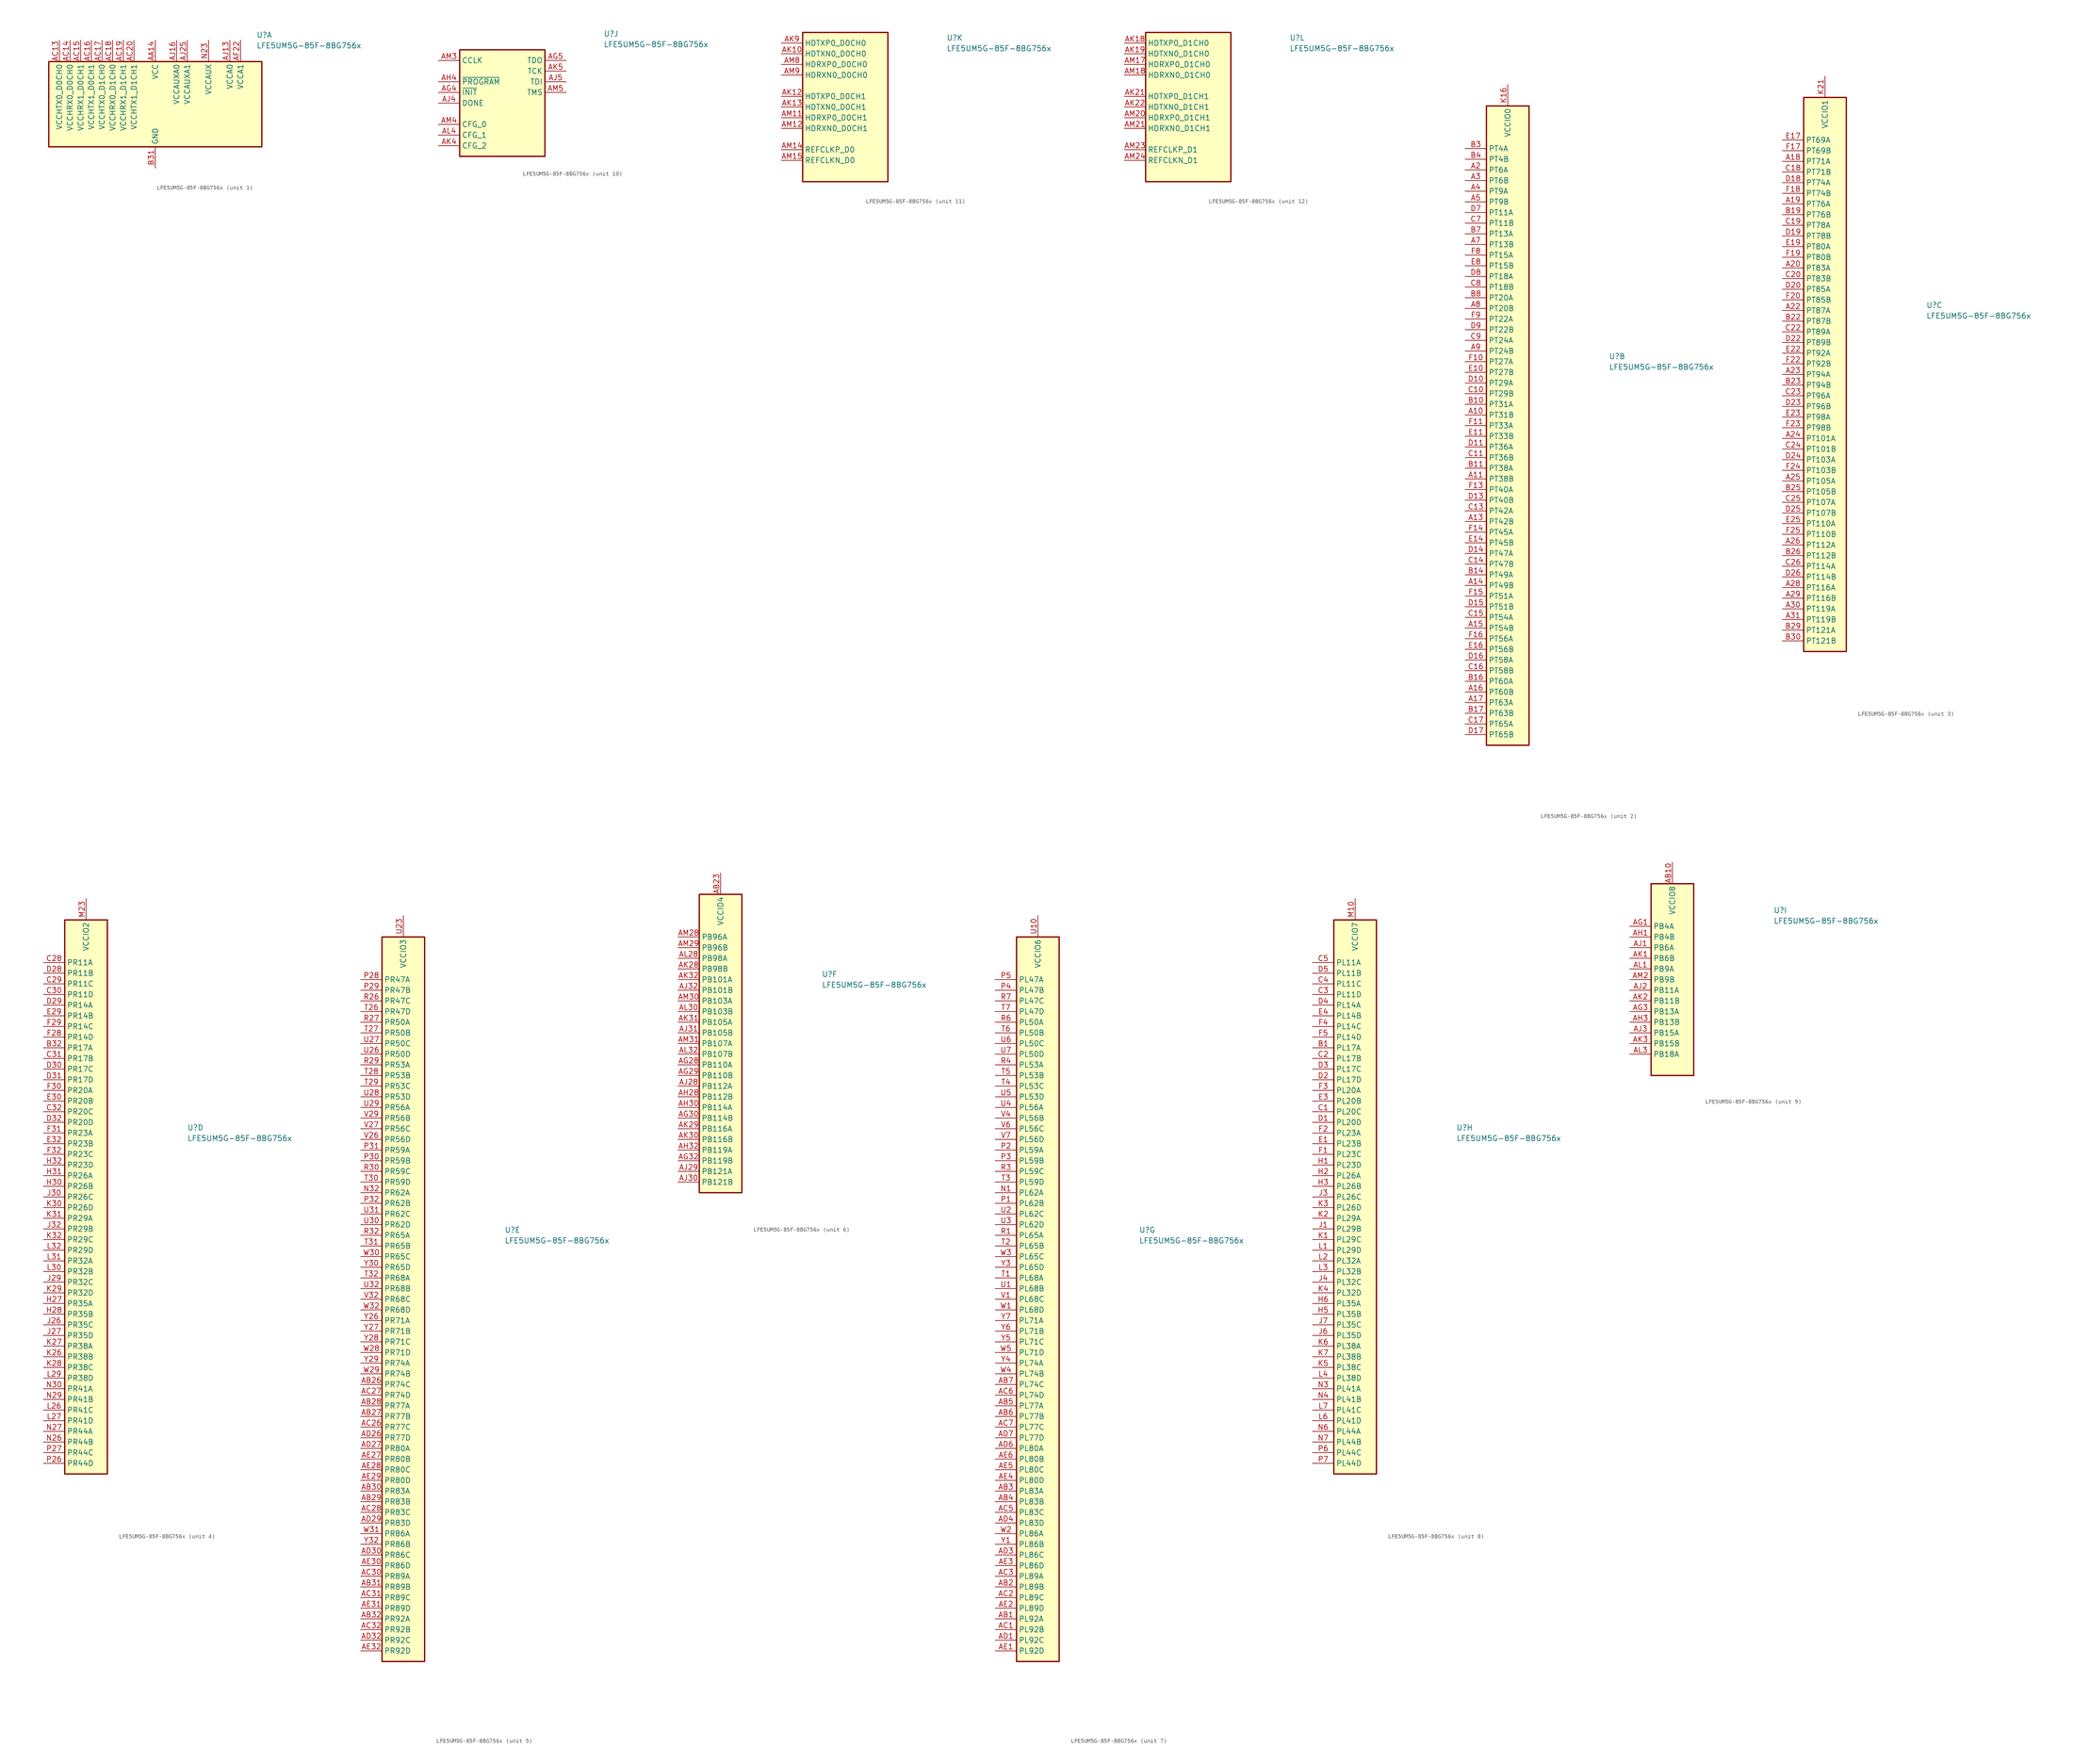
<source format=kicad_sym>
(kicad_symbol_lib
  (version 20200908)
  (generator kicad_symbol_editor)
  (symbol "FPGA_Lattice:LFE5UM5G-85F-8BG756x"
    (property "Reference" "U"
      (at 24.13 16.51 0)
      (effects (font (size 1.27 1.27)) (justify left)))
    (property "Value" "LFE5UM5G-85F-8BG756x"
      (at 24.13 13.97 0)
      (effects (font (size 1.27 1.27)) (justify left)))
    (property "ki_locked" ""
      (at 0 0 0)
      (effects (font (size 1.27 1.27))))
    (symbol "LFE5UM5G-85F-8BG756x_1_1"
      (rectangle (start -25.4 10.16) (end 25.4 -10.16) (stroke (width 0.305)) (fill (type background)))
      (pin passive line (at 0 -15.24 90) (length 5.08) hide (name "GND" (effects (font (size 1.27 1.27)))) (number "AA11" (effects (font (size 1.27 1.27)))))
      (pin passive line (at 0 15.24 270) (length 5.08) hide (name "VCC" (effects (font (size 1.27 1.27)))) (number "AA12" (effects (font (size 1.27 1.27)))))
      (pin passive line (at 0 15.24 270) (length 5.08) hide (name "VCC" (effects (font (size 1.27 1.27)))) (number "AA13" (effects (font (size 1.27 1.27)))))
      (pin power_in line (at 0 15.24 270) (length 5.08) (name "VCC" (effects (font (size 1.27 1.27)))) (number "AA14" (effects (font (size 1.27 1.27)))))
      (pin passive line (at 0 15.24 270) (length 5.08) hide (name "VCC" (effects (font (size 1.27 1.27)))) (number "AA15" (effects (font (size 1.27 1.27)))))
      (pin passive line (at 0 15.24 270) (length 5.08) hide (name "VCC" (effects (font (size 1.27 1.27)))) (number "AA16" (effects (font (size 1.27 1.27)))))
      (pin passive line (at 0 15.24 270) (length 5.08) hide (name "VCC" (effects (font (size 1.27 1.27)))) (number "AA17" (effects (font (size 1.27 1.27)))))
      (pin passive line (at 0 15.24 270) (length 5.08) hide (name "VCC" (effects (font (size 1.27 1.27)))) (number "AA18" (effects (font (size 1.27 1.27)))))
      (pin passive line (at 0 15.24 270) (length 5.08) hide (name "VCC" (effects (font (size 1.27 1.27)))) (number "AA19" (effects (font (size 1.27 1.27)))))
      (pin passive line (at 0 15.24 270) (length 5.08) hide (name "VCC" (effects (font (size 1.27 1.27)))) (number "AA20" (effects (font (size 1.27 1.27)))))
      (pin passive line (at 0 15.24 270) (length 5.08) hide (name "VCC" (effects (font (size 1.27 1.27)))) (number "AA21" (effects (font (size 1.27 1.27)))))
      (pin passive line (at 0 -15.24 90) (length 5.08) hide (name "GND" (effects (font (size 1.27 1.27)))) (number "AA22" (effects (font (size 1.27 1.27)))))
      (pin passive line (at 0 -15.24 90) (length 5.08) hide (name "GND" (effects (font (size 1.27 1.27)))) (number "AB11" (effects (font (size 1.27 1.27)))))
      (pin passive line (at 0 -15.24 90) (length 5.08) hide (name "GND" (effects (font (size 1.27 1.27)))) (number "AB12" (effects (font (size 1.27 1.27)))))
      (pin passive line (at 0 -15.24 90) (length 5.08) hide (name "GND" (effects (font (size 1.27 1.27)))) (number "AB13" (effects (font (size 1.27 1.27)))))
      (pin passive line (at 0 -15.24 90) (length 5.08) hide (name "GND" (effects (font (size 1.27 1.27)))) (number "AB14" (effects (font (size 1.27 1.27)))))
      (pin passive line (at 0 -15.24 90) (length 5.08) hide (name "GND" (effects (font (size 1.27 1.27)))) (number "AB15" (effects (font (size 1.27 1.27)))))
      (pin passive line (at 0 -15.24 90) (length 5.08) hide (name "GND" (effects (font (size 1.27 1.27)))) (number "AB16" (effects (font (size 1.27 1.27)))))
      (pin passive line (at 0 -15.24 90) (length 5.08) hide (name "GND" (effects (font (size 1.27 1.27)))) (number "AB17" (effects (font (size 1.27 1.27)))))
      (pin passive line (at 0 -15.24 90) (length 5.08) hide (name "GND" (effects (font (size 1.27 1.27)))) (number "AB18" (effects (font (size 1.27 1.27)))))
      (pin passive line (at 0 -15.24 90) (length 5.08) hide (name "GND" (effects (font (size 1.27 1.27)))) (number "AB19" (effects (font (size 1.27 1.27)))))
      (pin passive line (at 0 -15.24 90) (length 5.08) hide (name "GND" (effects (font (size 1.27 1.27)))) (number "AB20" (effects (font (size 1.27 1.27)))))
      (pin passive line (at 0 -15.24 90) (length 5.08) hide (name "GND" (effects (font (size 1.27 1.27)))) (number "AB21" (effects (font (size 1.27 1.27)))))
      (pin passive line (at 0 -15.24 90) (length 5.08) hide (name "GND" (effects (font (size 1.27 1.27)))) (number "AB22" (effects (font (size 1.27 1.27)))))
      (pin passive line (at 12.7 15.24 270) (length 5.08) hide (name "VCCAUX" (effects (font (size 1.27 1.27)))) (number "AC11" (effects (font (size 1.27 1.27)))))
      (pin passive line (at 0 -15.24 90) (length 5.08) hide (name "GND" (effects (font (size 1.27 1.27)))) (number "AC12" (effects (font (size 1.27 1.27)))))
      (pin power_in line (at -22.86 15.24 270) (length 5.08) (name "VCCHTX0_D0CH0" (effects (font (size 1.27 1.27)))) (number "AC13" (effects (font (size 1.27 1.27)))))
      (pin power_in line (at -20.32 15.24 270) (length 5.08) (name "VCCHRX0_D0CH0" (effects (font (size 1.27 1.27)))) (number "AC14" (effects (font (size 1.27 1.27)))))
      (pin power_in line (at -17.78 15.24 270) (length 5.08) (name "VCCHRX1_D0CH1" (effects (font (size 1.27 1.27)))) (number "AC15" (effects (font (size 1.27 1.27)))))
      (pin power_in line (at -15.24 15.24 270) (length 5.08) (name "VCCHTX1_D0CH1" (effects (font (size 1.27 1.27)))) (number "AC16" (effects (font (size 1.27 1.27)))))
      (pin power_in line (at -12.7 15.24 270) (length 5.08) (name "VCCHTX0_D1CH0" (effects (font (size 1.27 1.27)))) (number "AC17" (effects (font (size 1.27 1.27)))))
      (pin power_in line (at -10.16 15.24 270) (length 5.08) (name "VCCHRX0_D1CH0" (effects (font (size 1.27 1.27)))) (number "AC18" (effects (font (size 1.27 1.27)))))
      (pin power_in line (at -7.62 15.24 270) (length 5.08) (name "VCCHRX1_D1CH1" (effects (font (size 1.27 1.27)))) (number "AC19" (effects (font (size 1.27 1.27)))))
      (pin power_in line (at -5.08 15.24 270) (length 5.08) (name "VCCHTX1_D1CH1" (effects (font (size 1.27 1.27)))) (number "AC20" (effects (font (size 1.27 1.27)))))
      (pin passive line (at 0 -15.24 90) (length 5.08) hide (name "GND" (effects (font (size 1.27 1.27)))) (number "AC21" (effects (font (size 1.27 1.27)))))
      (pin passive line (at 12.7 15.24 270) (length 5.08) hide (name "VCCAUX" (effects (font (size 1.27 1.27)))) (number "AC22" (effects (font (size 1.27 1.27)))))
      (pin unconnected line (at 5.08 -10.16 90) (length 5.08) hide (name "NC" (effects (font (size 1.27 1.27)))) (number "AC29" (effects (font (size 1.27 1.27)))))
      (pin passive line (at 0 -15.24 90) (length 5.08) hide (name "GND" (effects (font (size 1.27 1.27)))) (number "AD2" (effects (font (size 1.27 1.27)))))
      (pin passive line (at 0 -15.24 90) (length 5.08) hide (name "GND" (effects (font (size 1.27 1.27)))) (number "AD28" (effects (font (size 1.27 1.27)))))
      (pin passive line (at 0 -15.24 90) (length 5.08) hide (name "GND" (effects (font (size 1.27 1.27)))) (number "AD31" (effects (font (size 1.27 1.27)))))
      (pin passive line (at 0 -15.24 90) (length 5.08) hide (name "GND" (effects (font (size 1.27 1.27)))) (number "AD5" (effects (font (size 1.27 1.27)))))
      (pin unconnected line (at 22.86 -10.16 90) (length 5.08) hide (name "NC" (effects (font (size 1.27 1.27)))) (number "AE26" (effects (font (size 1.27 1.27)))))
      (pin unconnected line (at 22.86 10.16 270) (length 5.08) hide (name "NC" (effects (font (size 1.27 1.27)))) (number "AE7" (effects (font (size 1.27 1.27)))))
      (pin passive line (at 0 -15.24 90) (length 5.08) hide (name "GND" (effects (font (size 1.27 1.27)))) (number "AF11" (effects (font (size 1.27 1.27)))))
      (pin passive line (at 0 -15.24 90) (length 5.08) hide (name "GND" (effects (font (size 1.27 1.27)))) (number "AF12" (effects (font (size 1.27 1.27)))))
      (pin passive line (at 0 -15.24 90) (length 5.08) hide (name "GND" (effects (font (size 1.27 1.27)))) (number "AF14" (effects (font (size 1.27 1.27)))))
      (pin passive line (at 0 -15.24 90) (length 5.08) hide (name "GND" (effects (font (size 1.27 1.27)))) (number "AF15" (effects (font (size 1.27 1.27)))))
      (pin passive line (at 0 -15.24 90) (length 5.08) hide (name "GND" (effects (font (size 1.27 1.27)))) (number "AF16" (effects (font (size 1.27 1.27)))))
      (pin passive line (at 0 -15.24 90) (length 5.08) hide (name "GND" (effects (font (size 1.27 1.27)))) (number "AF17" (effects (font (size 1.27 1.27)))))
      (pin passive line (at 0 -15.24 90) (length 5.08) hide (name "GND" (effects (font (size 1.27 1.27)))) (number "AF19" (effects (font (size 1.27 1.27)))))
      (pin passive line (at 0 -15.24 90) (length 5.08) hide (name "GND" (effects (font (size 1.27 1.27)))) (number "AF20" (effects (font (size 1.27 1.27)))))
      (pin power_in line (at 20.32 15.24 270) (length 5.08) (name "VCCA1" (effects (font (size 1.27 1.27)))) (number "AF22" (effects (font (size 1.27 1.27)))))
      (pin passive line (at 0 -15.24 90) (length 5.08) hide (name "GND" (effects (font (size 1.27 1.27)))) (number "AF23" (effects (font (size 1.27 1.27)))))
      (pin passive line (at 0 -15.24 90) (length 5.08) hide (name "GND" (effects (font (size 1.27 1.27)))) (number "AG11" (effects (font (size 1.27 1.27)))))
      (pin passive line (at 17.78 15.24 270) (length 5.08) hide (name "VCCA0" (effects (font (size 1.27 1.27)))) (number "AG12" (effects (font (size 1.27 1.27)))))
      (pin passive line (at 0 -15.24 90) (length 5.08) hide (name "GND" (effects (font (size 1.27 1.27)))) (number "AG14" (effects (font (size 1.27 1.27)))))
      (pin passive line (at 0 -15.24 90) (length 5.08) hide (name "GND" (effects (font (size 1.27 1.27)))) (number "AG15" (effects (font (size 1.27 1.27)))))
      (pin passive line (at 0 -15.24 90) (length 5.08) hide (name "GND" (effects (font (size 1.27 1.27)))) (number "AG16" (effects (font (size 1.27 1.27)))))
      (pin passive line (at 0 -15.24 90) (length 5.08) hide (name "GND" (effects (font (size 1.27 1.27)))) (number "AG17" (effects (font (size 1.27 1.27)))))
      (pin passive line (at 20.32 15.24 270) (length 5.08) hide (name "VCCA1" (effects (font (size 1.27 1.27)))) (number "AG19" (effects (font (size 1.27 1.27)))))
      (pin passive line (at 0 -15.24 90) (length 5.08) hide (name "GND" (effects (font (size 1.27 1.27)))) (number "AG20" (effects (font (size 1.27 1.27)))))
      (pin passive line (at 20.32 15.24 270) (length 5.08) hide (name "VCCA1" (effects (font (size 1.27 1.27)))) (number "AG22" (effects (font (size 1.27 1.27)))))
      (pin passive line (at 0 -15.24 90) (length 5.08) hide (name "GND" (effects (font (size 1.27 1.27)))) (number "AG23" (effects (font (size 1.27 1.27)))))
      (pin unconnected line (at -17.78 -10.16 90) (length 5.08) hide (name "NC" (effects (font (size 1.27 1.27)))) (number "AG24" (effects (font (size 1.27 1.27)))))
      (pin unconnected line (at 17.78 -10.16 90) (length 5.08) hide (name "NC" (effects (font (size 1.27 1.27)))) (number "AG31" (effects (font (size 1.27 1.27)))))
      (pin passive line (at 17.78 15.24 270) (length 5.08) hide (name "VCCA0" (effects (font (size 1.27 1.27)))) (number "AG9" (effects (font (size 1.27 1.27)))))
      (pin passive line (at 0 -15.24 90) (length 5.08) hide (name "GND" (effects (font (size 1.27 1.27)))) (number "AH11" (effects (font (size 1.27 1.27)))))
      (pin passive line (at 17.78 15.24 270) (length 5.08) hide (name "VCCA0" (effects (font (size 1.27 1.27)))) (number "AH12" (effects (font (size 1.27 1.27)))))
      (pin passive line (at 0 -15.24 90) (length 5.08) hide (name "GND" (effects (font (size 1.27 1.27)))) (number "AH14" (effects (font (size 1.27 1.27)))))
      (pin passive line (at 0 -15.24 90) (length 5.08) hide (name "GND" (effects (font (size 1.27 1.27)))) (number "AH15" (effects (font (size 1.27 1.27)))))
      (pin passive line (at 0 -15.24 90) (length 5.08) hide (name "GND" (effects (font (size 1.27 1.27)))) (number "AH16" (effects (font (size 1.27 1.27)))))
      (pin passive line (at 0 -15.24 90) (length 5.08) hide (name "GND" (effects (font (size 1.27 1.27)))) (number "AH17" (effects (font (size 1.27 1.27)))))
      (pin passive line (at 20.32 15.24 270) (length 5.08) hide (name "VCCA1" (effects (font (size 1.27 1.27)))) (number "AH19" (effects (font (size 1.27 1.27)))))
      (pin passive line (at 0 -15.24 90) (length 5.08) hide (name "GND" (effects (font (size 1.27 1.27)))) (number "AH2" (effects (font (size 1.27 1.27)))))
      (pin passive line (at 0 -15.24 90) (length 5.08) hide (name "GND" (effects (font (size 1.27 1.27)))) (number "AH20" (effects (font (size 1.27 1.27)))))
      (pin passive line (at 20.32 15.24 270) (length 5.08) hide (name "VCCA1" (effects (font (size 1.27 1.27)))) (number "AH22" (effects (font (size 1.27 1.27)))))
      (pin passive line (at 0 -15.24 90) (length 5.08) hide (name "GND" (effects (font (size 1.27 1.27)))) (number "AH23" (effects (font (size 1.27 1.27)))))
      (pin passive line (at 0 -15.24 90) (length 5.08) hide (name "GND" (effects (font (size 1.27 1.27)))) (number "AH24" (effects (font (size 1.27 1.27)))))
      (pin passive line (at 0 -15.24 90) (length 5.08) hide (name "GND" (effects (font (size 1.27 1.27)))) (number "AH25" (effects (font (size 1.27 1.27)))))
      (pin passive line (at 0 -15.24 90) (length 5.08) hide (name "GND" (effects (font (size 1.27 1.27)))) (number "AH26" (effects (font (size 1.27 1.27)))))
      (pin passive line (at 0 -15.24 90) (length 5.08) hide (name "GND" (effects (font (size 1.27 1.27)))) (number "AH29" (effects (font (size 1.27 1.27)))))
      (pin passive line (at 0 -15.24 90) (length 5.08) hide (name "GND" (effects (font (size 1.27 1.27)))) (number "AH31" (effects (font (size 1.27 1.27)))))
      (pin passive line (at 0 -15.24 90) (length 5.08) hide (name "GND" (effects (font (size 1.27 1.27)))) (number "AH5" (effects (font (size 1.27 1.27)))))
      (pin passive line (at 0 -15.24 90) (length 5.08) hide (name "GND" (effects (font (size 1.27 1.27)))) (number "AH7" (effects (font (size 1.27 1.27)))))
      (pin passive line (at 0 -15.24 90) (length 5.08) hide (name "GND" (effects (font (size 1.27 1.27)))) (number "AH8" (effects (font (size 1.27 1.27)))))
      (pin passive line (at 17.78 15.24 270) (length 5.08) hide (name "VCCA0" (effects (font (size 1.27 1.27)))) (number "AH9" (effects (font (size 1.27 1.27)))))
      (pin passive line (at 17.78 15.24 270) (length 5.08) hide (name "VCCA0" (effects (font (size 1.27 1.27)))) (number "AJ10" (effects (font (size 1.27 1.27)))))
      (pin passive line (at 0 -15.24 90) (length 5.08) hide (name "GND" (effects (font (size 1.27 1.27)))) (number "AJ11" (effects (font (size 1.27 1.27)))))
      (pin passive line (at 17.78 15.24 270) (length 5.08) hide (name "VCCA0" (effects (font (size 1.27 1.27)))) (number "AJ12" (effects (font (size 1.27 1.27)))))
      (pin power_in line (at 17.78 15.24 270) (length 5.08) (name "VCCA0" (effects (font (size 1.27 1.27)))) (number "AJ13" (effects (font (size 1.27 1.27)))))
      (pin passive line (at 0 -15.24 90) (length 5.08) hide (name "GND" (effects (font (size 1.27 1.27)))) (number "AJ14" (effects (font (size 1.27 1.27)))))
      (pin passive line (at 5.08 15.24 270) (length 5.08) hide (name "VCCAUXA0" (effects (font (size 1.27 1.27)))) (number "AJ15" (effects (font (size 1.27 1.27)))))
      (pin power_in line (at 5.08 15.24 270) (length 5.08) (name "VCCAUXA0" (effects (font (size 1.27 1.27)))) (number "AJ16" (effects (font (size 1.27 1.27)))))
      (pin passive line (at 0 -15.24 90) (length 5.08) hide (name "GND" (effects (font (size 1.27 1.27)))) (number "AJ17" (effects (font (size 1.27 1.27)))))
      (pin passive line (at 20.32 15.24 270) (length 5.08) hide (name "VCCA1" (effects (font (size 1.27 1.27)))) (number "AJ18" (effects (font (size 1.27 1.27)))))
      (pin passive line (at 20.32 15.24 270) (length 5.08) hide (name "VCCA1" (effects (font (size 1.27 1.27)))) (number "AJ19" (effects (font (size 1.27 1.27)))))
      (pin passive line (at 0 -15.24 90) (length 5.08) hide (name "GND" (effects (font (size 1.27 1.27)))) (number "AJ20" (effects (font (size 1.27 1.27)))))
      (pin passive line (at 20.32 15.24 270) (length 5.08) hide (name "VCCA1" (effects (font (size 1.27 1.27)))) (number "AJ21" (effects (font (size 1.27 1.27)))))
      (pin passive line (at 20.32 15.24 270) (length 5.08) hide (name "VCCA1" (effects (font (size 1.27 1.27)))) (number "AJ22" (effects (font (size 1.27 1.27)))))
      (pin passive line (at 0 -15.24 90) (length 5.08) hide (name "GND" (effects (font (size 1.27 1.27)))) (number "AJ23" (effects (font (size 1.27 1.27)))))
      (pin passive line (at 7.62 15.24 270) (length 5.08) hide (name "VCCAUXA1" (effects (font (size 1.27 1.27)))) (number "AJ24" (effects (font (size 1.27 1.27)))))
      (pin power_in line (at 7.62 15.24 270) (length 5.08) (name "VCCAUXA1" (effects (font (size 1.27 1.27)))) (number "AJ25" (effects (font (size 1.27 1.27)))))
      (pin passive line (at 0 -15.24 90) (length 5.08) hide (name "GND" (effects (font (size 1.27 1.27)))) (number "AJ26" (effects (font (size 1.27 1.27)))))
      (pin passive line (at 0 -15.24 90) (length 5.08) hide (name "GND" (effects (font (size 1.27 1.27)))) (number "AJ7" (effects (font (size 1.27 1.27)))))
      (pin passive line (at 0 -15.24 90) (length 5.08) hide (name "GND" (effects (font (size 1.27 1.27)))) (number "AJ8" (effects (font (size 1.27 1.27)))))
      (pin passive line (at 17.78 15.24 270) (length 5.08) hide (name "VCCA0" (effects (font (size 1.27 1.27)))) (number "AJ9" (effects (font (size 1.27 1.27)))))
      (pin passive line (at 0 -15.24 90) (length 5.08) hide (name "GND" (effects (font (size 1.27 1.27)))) (number "AK11" (effects (font (size 1.27 1.27)))))
      (pin passive line (at 0 -15.24 90) (length 5.08) hide (name "GND" (effects (font (size 1.27 1.27)))) (number "AK14" (effects (font (size 1.27 1.27)))))
      (pin passive line (at 0 -15.24 90) (length 5.08) hide (name "GND" (effects (font (size 1.27 1.27)))) (number "AK17" (effects (font (size 1.27 1.27)))))
      (pin passive line (at 0 -15.24 90) (length 5.08) hide (name "GND" (effects (font (size 1.27 1.27)))) (number "AK20" (effects (font (size 1.27 1.27)))))
      (pin passive line (at 0 -15.24 90) (length 5.08) hide (name "GND" (effects (font (size 1.27 1.27)))) (number "AK23" (effects (font (size 1.27 1.27)))))
      (pin passive line (at 0 -15.24 90) (length 5.08) hide (name "GND" (effects (font (size 1.27 1.27)))) (number "AK26" (effects (font (size 1.27 1.27)))))
      (pin passive line (at 0 -15.24 90) (length 5.08) hide (name "GND" (effects (font (size 1.27 1.27)))) (number "AK7" (effects (font (size 1.27 1.27)))))
      (pin passive line (at 0 -15.24 90) (length 5.08) hide (name "GND" (effects (font (size 1.27 1.27)))) (number "AK8" (effects (font (size 1.27 1.27)))))
      (pin passive line (at 0 -15.24 90) (length 5.08) hide (name "GND" (effects (font (size 1.27 1.27)))) (number "AL11" (effects (font (size 1.27 1.27)))))
      (pin passive line (at 0 -15.24 90) (length 5.08) hide (name "GND" (effects (font (size 1.27 1.27)))) (number "AL12" (effects (font (size 1.27 1.27)))))
      (pin passive line (at 0 -15.24 90) (length 5.08) hide (name "GND" (effects (font (size 1.27 1.27)))) (number "AL14" (effects (font (size 1.27 1.27)))))
      (pin passive line (at 0 -15.24 90) (length 5.08) hide (name "GND" (effects (font (size 1.27 1.27)))) (number "AL15" (effects (font (size 1.27 1.27)))))
      (pin passive line (at 0 -15.24 90) (length 5.08) hide (name "GND" (effects (font (size 1.27 1.27)))) (number "AL17" (effects (font (size 1.27 1.27)))))
      (pin passive line (at 0 -15.24 90) (length 5.08) hide (name "GND" (effects (font (size 1.27 1.27)))) (number "AL18" (effects (font (size 1.27 1.27)))))
      (pin passive line (at 0 -15.24 90) (length 5.08) hide (name "GND" (effects (font (size 1.27 1.27)))) (number "AL2" (effects (font (size 1.27 1.27)))))
      (pin passive line (at 0 -15.24 90) (length 5.08) hide (name "GND" (effects (font (size 1.27 1.27)))) (number "AL20" (effects (font (size 1.27 1.27)))))
      (pin passive line (at 0 -15.24 90) (length 5.08) hide (name "GND" (effects (font (size 1.27 1.27)))) (number "AL21" (effects (font (size 1.27 1.27)))))
      (pin passive line (at 0 -15.24 90) (length 5.08) hide (name "GND" (effects (font (size 1.27 1.27)))) (number "AL23" (effects (font (size 1.27 1.27)))))
      (pin passive line (at 0 -15.24 90) (length 5.08) hide (name "GND" (effects (font (size 1.27 1.27)))) (number "AL24" (effects (font (size 1.27 1.27)))))
      (pin passive line (at 0 -15.24 90) (length 5.08) hide (name "GND" (effects (font (size 1.27 1.27)))) (number "AL26" (effects (font (size 1.27 1.27)))))
      (pin passive line (at 0 -15.24 90) (length 5.08) hide (name "GND" (effects (font (size 1.27 1.27)))) (number "AL29" (effects (font (size 1.27 1.27)))))
      (pin passive line (at 0 -15.24 90) (length 5.08) hide (name "GND" (effects (font (size 1.27 1.27)))) (number "AL31" (effects (font (size 1.27 1.27)))))
      (pin passive line (at 0 -15.24 90) (length 5.08) hide (name "GND" (effects (font (size 1.27 1.27)))) (number "AL5" (effects (font (size 1.27 1.27)))))
      (pin passive line (at 0 -15.24 90) (length 5.08) hide (name "GND" (effects (font (size 1.27 1.27)))) (number "AL7" (effects (font (size 1.27 1.27)))))
      (pin passive line (at 0 -15.24 90) (length 5.08) hide (name "GND" (effects (font (size 1.27 1.27)))) (number "AL8" (effects (font (size 1.27 1.27)))))
      (pin passive line (at 0 -15.24 90) (length 5.08) hide (name "GND" (effects (font (size 1.27 1.27)))) (number "AL9" (effects (font (size 1.27 1.27)))))
      (pin passive line (at 0 -15.24 90) (length 5.08) hide (name "GND" (effects (font (size 1.27 1.27)))) (number "AM26" (effects (font (size 1.27 1.27)))))
      (pin passive line (at 0 -15.24 90) (length 5.08) hide (name "GND" (effects (font (size 1.27 1.27)))) (number "AM7" (effects (font (size 1.27 1.27)))))
      (pin passive line (at 0 -15.24 90) (length 5.08) hide (name "GND" (effects (font (size 1.27 1.27)))) (number "B13" (effects (font (size 1.27 1.27)))))
      (pin passive line (at 0 -15.24 90) (length 5.08) hide (name "GND" (effects (font (size 1.27 1.27)))) (number "B15" (effects (font (size 1.27 1.27)))))
      (pin passive line (at 0 -15.24 90) (length 5.08) hide (name "GND" (effects (font (size 1.27 1.27)))) (number "B18" (effects (font (size 1.27 1.27)))))
      (pin passive line (at 0 -15.24 90) (length 5.08) hide (name "GND" (effects (font (size 1.27 1.27)))) (number "B2" (effects (font (size 1.27 1.27)))))
      (pin passive line (at 0 -15.24 90) (length 5.08) hide (name "GND" (effects (font (size 1.27 1.27)))) (number "B20" (effects (font (size 1.27 1.27)))))
      (pin passive line (at 0 -15.24 90) (length 5.08) hide (name "GND" (effects (font (size 1.27 1.27)))) (number "B24" (effects (font (size 1.27 1.27)))))
      (pin passive line (at 0 -15.24 90) (length 5.08) hide (name "GND" (effects (font (size 1.27 1.27)))) (number "B28" (effects (font (size 1.27 1.27)))))
      (pin power_in line (at 0 -15.24 90) (length 5.08) (name "GND" (effects (font (size 1.27 1.27)))) (number "B31" (effects (font (size 1.27 1.27)))))
      (pin passive line (at 0 -15.24 90) (length 5.08) hide (name "GND" (effects (font (size 1.27 1.27)))) (number "B5" (effects (font (size 1.27 1.27)))))
      (pin passive line (at 0 -15.24 90) (length 5.08) hide (name "GND" (effects (font (size 1.27 1.27)))) (number "B9" (effects (font (size 1.27 1.27)))))
      (pin passive line (at 0 -15.24 90) (length 5.08) hide (name "GND" (effects (font (size 1.27 1.27)))) (number "E13" (effects (font (size 1.27 1.27)))))
      (pin passive line (at 0 -15.24 90) (length 5.08) hide (name "GND" (effects (font (size 1.27 1.27)))) (number "E15" (effects (font (size 1.27 1.27)))))
      (pin passive line (at 0 -15.24 90) (length 5.08) hide (name "GND" (effects (font (size 1.27 1.27)))) (number "E18" (effects (font (size 1.27 1.27)))))
      (pin passive line (at 0 -15.24 90) (length 5.08) hide (name "GND" (effects (font (size 1.27 1.27)))) (number "E2" (effects (font (size 1.27 1.27)))))
      (pin passive line (at 0 -15.24 90) (length 5.08) hide (name "GND" (effects (font (size 1.27 1.27)))) (number "E20" (effects (font (size 1.27 1.27)))))
      (pin passive line (at 0 -15.24 90) (length 5.08) hide (name "GND" (effects (font (size 1.27 1.27)))) (number "E24" (effects (font (size 1.27 1.27)))))
      (pin unconnected line (at 15.24 10.16 270) (length 5.08) hide (name "NC" (effects (font (size 1.27 1.27)))) (number "E26" (effects (font (size 1.27 1.27)))))
      (pin passive line (at 0 -15.24 90) (length 5.08) hide (name "GND" (effects (font (size 1.27 1.27)))) (number "E28" (effects (font (size 1.27 1.27)))))
      (pin passive line (at 0 -15.24 90) (length 5.08) hide (name "GND" (effects (font (size 1.27 1.27)))) (number "E31" (effects (font (size 1.27 1.27)))))
      (pin passive line (at 0 -15.24 90) (length 5.08) hide (name "GND" (effects (font (size 1.27 1.27)))) (number "E5" (effects (font (size 1.27 1.27)))))
      (pin unconnected line (at 2.54 10.16 270) (length 5.08) hide (name "NC" (effects (font (size 1.27 1.27)))) (number "E7" (effects (font (size 1.27 1.27)))))
      (pin passive line (at 0 -15.24 90) (length 5.08) hide (name "GND" (effects (font (size 1.27 1.27)))) (number "E9" (effects (font (size 1.27 1.27)))))
      (pin unconnected line (at 20.32 -10.16 90) (length 5.08) hide (name "NC" (effects (font (size 1.27 1.27)))) (number "G10" (effects (font (size 1.27 1.27)))))
      (pin unconnected line (at 2.54 -10.16 90) (length 5.08) hide (name "NC" (effects (font (size 1.27 1.27)))) (number "G11" (effects (font (size 1.27 1.27)))))
      (pin unconnected line (at -20.32 -10.16 90) (length 5.08) hide (name "NC" (effects (font (size 1.27 1.27)))) (number "G14" (effects (font (size 1.27 1.27)))))
      (pin unconnected line (at -22.86 -10.16 90) (length 5.08) hide (name "NC" (effects (font (size 1.27 1.27)))) (number "G15" (effects (font (size 1.27 1.27)))))
      (pin unconnected line (at -2.54 -10.16 90) (length 5.08) hide (name "NC" (effects (font (size 1.27 1.27)))) (number "G16" (effects (font (size 1.27 1.27)))))
      (pin unconnected line (at -5.08 -10.16 90) (length 5.08) hide (name "NC" (effects (font (size 1.27 1.27)))) (number "G17" (effects (font (size 1.27 1.27)))))
      (pin unconnected line (at -7.62 -10.16 90) (length 5.08) hide (name "NC" (effects (font (size 1.27 1.27)))) (number "G18" (effects (font (size 1.27 1.27)))))
      (pin unconnected line (at -10.16 -10.16 90) (length 5.08) hide (name "NC" (effects (font (size 1.27 1.27)))) (number "G19" (effects (font (size 1.27 1.27)))))
      (pin unconnected line (at -12.7 -10.16 90) (length 5.08) hide (name "NC" (effects (font (size 1.27 1.27)))) (number "G22" (effects (font (size 1.27 1.27)))))
      (pin unconnected line (at -15.24 -10.16 90) (length 5.08) hide (name "NC" (effects (font (size 1.27 1.27)))) (number "G23" (effects (font (size 1.27 1.27)))))
      (pin unconnected line (at 10.16 10.16 270) (length 5.08) hide (name "NC" (effects (font (size 1.27 1.27)))) (number "G24" (effects (font (size 1.27 1.27)))))
      (pin unconnected line (at -2.54 10.16 270) (length 5.08) hide (name "NC" (effects (font (size 1.27 1.27)))) (number "G9" (effects (font (size 1.27 1.27)))))
      (pin unconnected line (at 12.7 -10.16 90) (length 5.08) hide (name "NC" (effects (font (size 1.27 1.27)))) (number "H29" (effects (font (size 1.27 1.27)))))
      (pin passive line (at 0 -15.24 90) (length 5.08) hide (name "GND" (effects (font (size 1.27 1.27)))) (number "J2" (effects (font (size 1.27 1.27)))))
      (pin passive line (at 0 -15.24 90) (length 5.08) hide (name "GND" (effects (font (size 1.27 1.27)))) (number "J28" (effects (font (size 1.27 1.27)))))
      (pin passive line (at 0 -15.24 90) (length 5.08) hide (name "GND" (effects (font (size 1.27 1.27)))) (number "J31" (effects (font (size 1.27 1.27)))))
      (pin passive line (at 0 -15.24 90) (length 5.08) hide (name "GND" (effects (font (size 1.27 1.27)))) (number "J5" (effects (font (size 1.27 1.27)))))
      (pin passive line (at 0 -15.24 90) (length 5.08) hide (name "GND" (effects (font (size 1.27 1.27)))) (number "K10" (effects (font (size 1.27 1.27)))))
      (pin passive line (at 0 -15.24 90) (length 5.08) hide (name "GND" (effects (font (size 1.27 1.27)))) (number "K11" (effects (font (size 1.27 1.27)))))
      (pin passive line (at 12.7 15.24 270) (length 5.08) hide (name "VCCAUX" (effects (font (size 1.27 1.27)))) (number "K13" (effects (font (size 1.27 1.27)))))
      (pin passive line (at 12.7 15.24 270) (length 5.08) hide (name "VCCAUX" (effects (font (size 1.27 1.27)))) (number "K20" (effects (font (size 1.27 1.27)))))
      (pin passive line (at 0 -15.24 90) (length 5.08) hide (name "GND" (effects (font (size 1.27 1.27)))) (number "K22" (effects (font (size 1.27 1.27)))))
      (pin passive line (at 0 -15.24 90) (length 5.08) hide (name "GND" (effects (font (size 1.27 1.27)))) (number "K23" (effects (font (size 1.27 1.27)))))
      (pin passive line (at 0 -15.24 90) (length 5.08) hide (name "GND" (effects (font (size 1.27 1.27)))) (number "L10" (effects (font (size 1.27 1.27)))))
      (pin passive line (at 0 -15.24 90) (length 5.08) hide (name "GND" (effects (font (size 1.27 1.27)))) (number "L11" (effects (font (size 1.27 1.27)))))
      (pin passive line (at 0 -15.24 90) (length 5.08) hide (name "GND" (effects (font (size 1.27 1.27)))) (number "L12" (effects (font (size 1.27 1.27)))))
      (pin passive line (at 0 -15.24 90) (length 5.08) hide (name "GND" (effects (font (size 1.27 1.27)))) (number "L13" (effects (font (size 1.27 1.27)))))
      (pin passive line (at 0 -15.24 90) (length 5.08) hide (name "GND" (effects (font (size 1.27 1.27)))) (number "L14" (effects (font (size 1.27 1.27)))))
      (pin passive line (at 0 -15.24 90) (length 5.08) hide (name "GND" (effects (font (size 1.27 1.27)))) (number "L15" (effects (font (size 1.27 1.27)))))
      (pin passive line (at 0 -15.24 90) (length 5.08) hide (name "GND" (effects (font (size 1.27 1.27)))) (number "L16" (effects (font (size 1.27 1.27)))))
      (pin passive line (at 0 -15.24 90) (length 5.08) hide (name "GND" (effects (font (size 1.27 1.27)))) (number "L17" (effects (font (size 1.27 1.27)))))
      (pin passive line (at 0 -15.24 90) (length 5.08) hide (name "GND" (effects (font (size 1.27 1.27)))) (number "L18" (effects (font (size 1.27 1.27)))))
      (pin passive line (at 0 -15.24 90) (length 5.08) hide (name "GND" (effects (font (size 1.27 1.27)))) (number "L19" (effects (font (size 1.27 1.27)))))
      (pin passive line (at 0 -15.24 90) (length 5.08) hide (name "GND" (effects (font (size 1.27 1.27)))) (number "L20" (effects (font (size 1.27 1.27)))))
      (pin passive line (at 0 -15.24 90) (length 5.08) hide (name "GND" (effects (font (size 1.27 1.27)))) (number "L21" (effects (font (size 1.27 1.27)))))
      (pin passive line (at 0 -15.24 90) (length 5.08) hide (name "GND" (effects (font (size 1.27 1.27)))) (number "L22" (effects (font (size 1.27 1.27)))))
      (pin passive line (at 0 -15.24 90) (length 5.08) hide (name "GND" (effects (font (size 1.27 1.27)))) (number "L23" (effects (font (size 1.27 1.27)))))
      (pin unconnected line (at 7.62 -10.16 90) (length 5.08) hide (name "NC" (effects (font (size 1.27 1.27)))) (number "L28" (effects (font (size 1.27 1.27)))))
      (pin passive line (at 0 -15.24 90) (length 5.08) hide (name "GND" (effects (font (size 1.27 1.27)))) (number "M11" (effects (font (size 1.27 1.27)))))
      (pin passive line (at 0 15.24 270) (length 5.08) hide (name "VCC" (effects (font (size 1.27 1.27)))) (number "M12" (effects (font (size 1.27 1.27)))))
      (pin passive line (at 0 15.24 270) (length 5.08) hide (name "VCC" (effects (font (size 1.27 1.27)))) (number "M13" (effects (font (size 1.27 1.27)))))
      (pin passive line (at 0 15.24 270) (length 5.08) hide (name "VCC" (effects (font (size 1.27 1.27)))) (number "M14" (effects (font (size 1.27 1.27)))))
      (pin passive line (at 0 15.24 270) (length 5.08) hide (name "VCC" (effects (font (size 1.27 1.27)))) (number "M15" (effects (font (size 1.27 1.27)))))
      (pin passive line (at 0 15.24 270) (length 5.08) hide (name "VCC" (effects (font (size 1.27 1.27)))) (number "M16" (effects (font (size 1.27 1.27)))))
      (pin passive line (at 0 15.24 270) (length 5.08) hide (name "VCC" (effects (font (size 1.27 1.27)))) (number "M17" (effects (font (size 1.27 1.27)))))
      (pin passive line (at 0 15.24 270) (length 5.08) hide (name "VCC" (effects (font (size 1.27 1.27)))) (number "M18" (effects (font (size 1.27 1.27)))))
      (pin passive line (at 0 15.24 270) (length 5.08) hide (name "VCC" (effects (font (size 1.27 1.27)))) (number "M19" (effects (font (size 1.27 1.27)))))
      (pin passive line (at 0 15.24 270) (length 5.08) hide (name "VCC" (effects (font (size 1.27 1.27)))) (number "M20" (effects (font (size 1.27 1.27)))))
      (pin passive line (at 0 15.24 270) (length 5.08) hide (name "VCC" (effects (font (size 1.27 1.27)))) (number "M21" (effects (font (size 1.27 1.27)))))
      (pin passive line (at 0 -15.24 90) (length 5.08) hide (name "GND" (effects (font (size 1.27 1.27)))) (number "M22" (effects (font (size 1.27 1.27)))))
      (pin passive line (at 12.7 15.24 270) (length 5.08) hide (name "VCCAUX" (effects (font (size 1.27 1.27)))) (number "N10" (effects (font (size 1.27 1.27)))))
      (pin passive line (at 0 -15.24 90) (length 5.08) hide (name "GND" (effects (font (size 1.27 1.27)))) (number "N11" (effects (font (size 1.27 1.27)))))
      (pin passive line (at 0 15.24 270) (length 5.08) hide (name "VCC" (effects (font (size 1.27 1.27)))) (number "N12" (effects (font (size 1.27 1.27)))))
      (pin passive line (at 0 -15.24 90) (length 5.08) hide (name "GND" (effects (font (size 1.27 1.27)))) (number "N13" (effects (font (size 1.27 1.27)))))
      (pin passive line (at 0 -15.24 90) (length 5.08) hide (name "GND" (effects (font (size 1.27 1.27)))) (number "N14" (effects (font (size 1.27 1.27)))))
      (pin passive line (at 0 -15.24 90) (length 5.08) hide (name "GND" (effects (font (size 1.27 1.27)))) (number "N15" (effects (font (size 1.27 1.27)))))
      (pin passive line (at 0 -15.24 90) (length 5.08) hide (name "GND" (effects (font (size 1.27 1.27)))) (number "N16" (effects (font (size 1.27 1.27)))))
      (pin passive line (at 0 -15.24 90) (length 5.08) hide (name "GND" (effects (font (size 1.27 1.27)))) (number "N17" (effects (font (size 1.27 1.27)))))
      (pin passive line (at 0 -15.24 90) (length 5.08) hide (name "GND" (effects (font (size 1.27 1.27)))) (number "N18" (effects (font (size 1.27 1.27)))))
      (pin passive line (at 0 -15.24 90) (length 5.08) hide (name "GND" (effects (font (size 1.27 1.27)))) (number "N19" (effects (font (size 1.27 1.27)))))
      (pin passive line (at 0 -15.24 90) (length 5.08) hide (name "GND" (effects (font (size 1.27 1.27)))) (number "N2" (effects (font (size 1.27 1.27)))))
      (pin passive line (at 0 -15.24 90) (length 5.08) hide (name "GND" (effects (font (size 1.27 1.27)))) (number "N20" (effects (font (size 1.27 1.27)))))
      (pin passive line (at 0 15.24 270) (length 5.08) hide (name "VCC" (effects (font (size 1.27 1.27)))) (number "N21" (effects (font (size 1.27 1.27)))))
      (pin passive line (at 0 -15.24 90) (length 5.08) hide (name "GND" (effects (font (size 1.27 1.27)))) (number "N22" (effects (font (size 1.27 1.27)))))
      (pin power_in line (at 12.7 15.24 270) (length 5.08) (name "VCCAUX" (effects (font (size 1.27 1.27)))) (number "N23" (effects (font (size 1.27 1.27)))))
      (pin passive line (at 0 -15.24 90) (length 5.08) hide (name "GND" (effects (font (size 1.27 1.27)))) (number "N28" (effects (font (size 1.27 1.27)))))
      (pin passive line (at 0 -15.24 90) (length 5.08) hide (name "GND" (effects (font (size 1.27 1.27)))) (number "N31" (effects (font (size 1.27 1.27)))))
      (pin passive line (at 0 -15.24 90) (length 5.08) hide (name "GND" (effects (font (size 1.27 1.27)))) (number "N5" (effects (font (size 1.27 1.27)))))
      (pin passive line (at 0 -15.24 90) (length 5.08) hide (name "GND" (effects (font (size 1.27 1.27)))) (number "P11" (effects (font (size 1.27 1.27)))))
      (pin passive line (at 0 15.24 270) (length 5.08) hide (name "VCC" (effects (font (size 1.27 1.27)))) (number "P12" (effects (font (size 1.27 1.27)))))
      (pin passive line (at 0 -15.24 90) (length 5.08) hide (name "GND" (effects (font (size 1.27 1.27)))) (number "P13" (effects (font (size 1.27 1.27)))))
      (pin passive line (at 0 -15.24 90) (length 5.08) hide (name "GND" (effects (font (size 1.27 1.27)))) (number "P14" (effects (font (size 1.27 1.27)))))
      (pin passive line (at 0 -15.24 90) (length 5.08) hide (name "GND" (effects (font (size 1.27 1.27)))) (number "P15" (effects (font (size 1.27 1.27)))))
      (pin passive line (at 0 -15.24 90) (length 5.08) hide (name "GND" (effects (font (size 1.27 1.27)))) (number "P16" (effects (font (size 1.27 1.27)))))
      (pin passive line (at 0 -15.24 90) (length 5.08) hide (name "GND" (effects (font (size 1.27 1.27)))) (number "P17" (effects (font (size 1.27 1.27)))))
      (pin passive line (at 0 -15.24 90) (length 5.08) hide (name "GND" (effects (font (size 1.27 1.27)))) (number "P18" (effects (font (size 1.27 1.27)))))
      (pin passive line (at 0 -15.24 90) (length 5.08) hide (name "GND" (effects (font (size 1.27 1.27)))) (number "P19" (effects (font (size 1.27 1.27)))))
      (pin passive line (at 0 -15.24 90) (length 5.08) hide (name "GND" (effects (font (size 1.27 1.27)))) (number "P20" (effects (font (size 1.27 1.27)))))
      (pin passive line (at 0 15.24 270) (length 5.08) hide (name "VCC" (effects (font (size 1.27 1.27)))) (number "P21" (effects (font (size 1.27 1.27)))))
      (pin passive line (at 0 -15.24 90) (length 5.08) hide (name "GND" (effects (font (size 1.27 1.27)))) (number "P22" (effects (font (size 1.27 1.27)))))
      (pin passive line (at 0 -15.24 90) (length 5.08) hide (name "GND" (effects (font (size 1.27 1.27)))) (number "R11" (effects (font (size 1.27 1.27)))))
      (pin passive line (at 0 15.24 270) (length 5.08) hide (name "VCC" (effects (font (size 1.27 1.27)))) (number "R12" (effects (font (size 1.27 1.27)))))
      (pin passive line (at 0 -15.24 90) (length 5.08) hide (name "GND" (effects (font (size 1.27 1.27)))) (number "R13" (effects (font (size 1.27 1.27)))))
      (pin passive line (at 0 -15.24 90) (length 5.08) hide (name "GND" (effects (font (size 1.27 1.27)))) (number "R14" (effects (font (size 1.27 1.27)))))
      (pin passive line (at 0 -15.24 90) (length 5.08) hide (name "GND" (effects (font (size 1.27 1.27)))) (number "R15" (effects (font (size 1.27 1.27)))))
      (pin passive line (at 0 -15.24 90) (length 5.08) hide (name "GND" (effects (font (size 1.27 1.27)))) (number "R16" (effects (font (size 1.27 1.27)))))
      (pin passive line (at 0 -15.24 90) (length 5.08) hide (name "GND" (effects (font (size 1.27 1.27)))) (number "R17" (effects (font (size 1.27 1.27)))))
      (pin passive line (at 0 -15.24 90) (length 5.08) hide (name "GND" (effects (font (size 1.27 1.27)))) (number "R18" (effects (font (size 1.27 1.27)))))
      (pin passive line (at 0 -15.24 90) (length 5.08) hide (name "GND" (effects (font (size 1.27 1.27)))) (number "R19" (effects (font (size 1.27 1.27)))))
      (pin passive line (at 0 -15.24 90) (length 5.08) hide (name "GND" (effects (font (size 1.27 1.27)))) (number "R2" (effects (font (size 1.27 1.27)))))
      (pin passive line (at 0 -15.24 90) (length 5.08) hide (name "GND" (effects (font (size 1.27 1.27)))) (number "R20" (effects (font (size 1.27 1.27)))))
      (pin passive line (at 0 15.24 270) (length 5.08) hide (name "VCC" (effects (font (size 1.27 1.27)))) (number "R21" (effects (font (size 1.27 1.27)))))
      (pin passive line (at 0 -15.24 90) (length 5.08) hide (name "GND" (effects (font (size 1.27 1.27)))) (number "R22" (effects (font (size 1.27 1.27)))))
      (pin passive line (at 0 -15.24 90) (length 5.08) hide (name "GND" (effects (font (size 1.27 1.27)))) (number "R28" (effects (font (size 1.27 1.27)))))
      (pin passive line (at 0 -15.24 90) (length 5.08) hide (name "GND" (effects (font (size 1.27 1.27)))) (number "R31" (effects (font (size 1.27 1.27)))))
      (pin passive line (at 0 -15.24 90) (length 5.08) hide (name "GND" (effects (font (size 1.27 1.27)))) (number "R5" (effects (font (size 1.27 1.27)))))
      (pin passive line (at 0 -15.24 90) (length 5.08) hide (name "GND" (effects (font (size 1.27 1.27)))) (number "T11" (effects (font (size 1.27 1.27)))))
      (pin passive line (at 0 15.24 270) (length 5.08) hide (name "VCC" (effects (font (size 1.27 1.27)))) (number "T12" (effects (font (size 1.27 1.27)))))
      (pin passive line (at 0 -15.24 90) (length 5.08) hide (name "GND" (effects (font (size 1.27 1.27)))) (number "T13" (effects (font (size 1.27 1.27)))))
      (pin passive line (at 0 -15.24 90) (length 5.08) hide (name "GND" (effects (font (size 1.27 1.27)))) (number "T14" (effects (font (size 1.27 1.27)))))
      (pin passive line (at 0 -15.24 90) (length 5.08) hide (name "GND" (effects (font (size 1.27 1.27)))) (number "T15" (effects (font (size 1.27 1.27)))))
      (pin passive line (at 0 -15.24 90) (length 5.08) hide (name "GND" (effects (font (size 1.27 1.27)))) (number "T16" (effects (font (size 1.27 1.27)))))
      (pin passive line (at 0 -15.24 90) (length 5.08) hide (name "GND" (effects (font (size 1.27 1.27)))) (number "T17" (effects (font (size 1.27 1.27)))))
      (pin passive line (at 0 -15.24 90) (length 5.08) hide (name "GND" (effects (font (size 1.27 1.27)))) (number "T18" (effects (font (size 1.27 1.27)))))
      (pin passive line (at 0 -15.24 90) (length 5.08) hide (name "GND" (effects (font (size 1.27 1.27)))) (number "T19" (effects (font (size 1.27 1.27)))))
      (pin passive line (at 0 -15.24 90) (length 5.08) hide (name "GND" (effects (font (size 1.27 1.27)))) (number "T20" (effects (font (size 1.27 1.27)))))
      (pin passive line (at 0 15.24 270) (length 5.08) hide (name "VCC" (effects (font (size 1.27 1.27)))) (number "T21" (effects (font (size 1.27 1.27)))))
      (pin passive line (at 0 -15.24 90) (length 5.08) hide (name "GND" (effects (font (size 1.27 1.27)))) (number "T22" (effects (font (size 1.27 1.27)))))
      (pin passive line (at 0 -15.24 90) (length 5.08) hide (name "GND" (effects (font (size 1.27 1.27)))) (number "U11" (effects (font (size 1.27 1.27)))))
      (pin passive line (at 0 15.24 270) (length 5.08) hide (name "VCC" (effects (font (size 1.27 1.27)))) (number "U12" (effects (font (size 1.27 1.27)))))
      (pin passive line (at 0 -15.24 90) (length 5.08) hide (name "GND" (effects (font (size 1.27 1.27)))) (number "U13" (effects (font (size 1.27 1.27)))))
      (pin passive line (at 0 -15.24 90) (length 5.08) hide (name "GND" (effects (font (size 1.27 1.27)))) (number "U14" (effects (font (size 1.27 1.27)))))
      (pin passive line (at 0 -15.24 90) (length 5.08) hide (name "GND" (effects (font (size 1.27 1.27)))) (number "U15" (effects (font (size 1.27 1.27)))))
      (pin passive line (at 0 -15.24 90) (length 5.08) hide (name "GND" (effects (font (size 1.27 1.27)))) (number "U16" (effects (font (size 1.27 1.27)))))
      (pin passive line (at 0 -15.24 90) (length 5.08) hide (name "GND" (effects (font (size 1.27 1.27)))) (number "U17" (effects (font (size 1.27 1.27)))))
      (pin passive line (at 0 -15.24 90) (length 5.08) hide (name "GND" (effects (font (size 1.27 1.27)))) (number "U18" (effects (font (size 1.27 1.27)))))
      (pin passive line (at 0 -15.24 90) (length 5.08) hide (name "GND" (effects (font (size 1.27 1.27)))) (number "U19" (effects (font (size 1.27 1.27)))))
      (pin passive line (at 0 -15.24 90) (length 5.08) hide (name "GND" (effects (font (size 1.27 1.27)))) (number "U20" (effects (font (size 1.27 1.27)))))
      (pin passive line (at 0 15.24 270) (length 5.08) hide (name "VCC" (effects (font (size 1.27 1.27)))) (number "U21" (effects (font (size 1.27 1.27)))))
      (pin passive line (at 0 -15.24 90) (length 5.08) hide (name "GND" (effects (font (size 1.27 1.27)))) (number "U22" (effects (font (size 1.27 1.27)))))
      (pin passive line (at 0 -15.24 90) (length 5.08) hide (name "GND" (effects (font (size 1.27 1.27)))) (number "V11" (effects (font (size 1.27 1.27)))))
      (pin passive line (at 0 15.24 270) (length 5.08) hide (name "VCC" (effects (font (size 1.27 1.27)))) (number "V12" (effects (font (size 1.27 1.27)))))
      (pin passive line (at 0 -15.24 90) (length 5.08) hide (name "GND" (effects (font (size 1.27 1.27)))) (number "V13" (effects (font (size 1.27 1.27)))))
      (pin passive line (at 0 -15.24 90) (length 5.08) hide (name "GND" (effects (font (size 1.27 1.27)))) (number "V14" (effects (font (size 1.27 1.27)))))
      (pin passive line (at 0 -15.24 90) (length 5.08) hide (name "GND" (effects (font (size 1.27 1.27)))) (number "V15" (effects (font (size 1.27 1.27)))))
      (pin passive line (at 0 -15.24 90) (length 5.08) hide (name "GND" (effects (font (size 1.27 1.27)))) (number "V16" (effects (font (size 1.27 1.27)))))
      (pin passive line (at 0 -15.24 90) (length 5.08) hide (name "GND" (effects (font (size 1.27 1.27)))) (number "V17" (effects (font (size 1.27 1.27)))))
      (pin passive line (at 0 -15.24 90) (length 5.08) hide (name "GND" (effects (font (size 1.27 1.27)))) (number "V18" (effects (font (size 1.27 1.27)))))
      (pin passive line (at 0 -15.24 90) (length 5.08) hide (name "GND" (effects (font (size 1.27 1.27)))) (number "V19" (effects (font (size 1.27 1.27)))))
      (pin passive line (at 0 -15.24 90) (length 5.08) hide (name "GND" (effects (font (size 1.27 1.27)))) (number "V2" (effects (font (size 1.27 1.27)))))
      (pin passive line (at 0 -15.24 90) (length 5.08) hide (name "GND" (effects (font (size 1.27 1.27)))) (number "V20" (effects (font (size 1.27 1.27)))))
      (pin passive line (at 0 15.24 270) (length 5.08) hide (name "VCC" (effects (font (size 1.27 1.27)))) (number "V21" (effects (font (size 1.27 1.27)))))
      (pin passive line (at 0 -15.24 90) (length 5.08) hide (name "GND" (effects (font (size 1.27 1.27)))) (number "V22" (effects (font (size 1.27 1.27)))))
      (pin passive line (at 0 -15.24 90) (length 5.08) hide (name "GND" (effects (font (size 1.27 1.27)))) (number "V28" (effects (font (size 1.27 1.27)))))
      (pin unconnected line (at 15.24 -10.16 90) (length 5.08) hide (name "NC" (effects (font (size 1.27 1.27)))) (number "V30" (effects (font (size 1.27 1.27)))))
      (pin passive line (at 0 -15.24 90) (length 5.08) hide (name "GND" (effects (font (size 1.27 1.27)))) (number "V31" (effects (font (size 1.27 1.27)))))
      (pin passive line (at 0 -15.24 90) (length 5.08) hide (name "GND" (effects (font (size 1.27 1.27)))) (number "V5" (effects (font (size 1.27 1.27)))))
      (pin passive line (at 0 -15.24 90) (length 5.08) hide (name "GND" (effects (font (size 1.27 1.27)))) (number "W11" (effects (font (size 1.27 1.27)))))
      (pin passive line (at 0 15.24 270) (length 5.08) hide (name "VCC" (effects (font (size 1.27 1.27)))) (number "W12" (effects (font (size 1.27 1.27)))))
      (pin passive line (at 0 -15.24 90) (length 5.08) hide (name "GND" (effects (font (size 1.27 1.27)))) (number "W13" (effects (font (size 1.27 1.27)))))
      (pin passive line (at 0 -15.24 90) (length 5.08) hide (name "GND" (effects (font (size 1.27 1.27)))) (number "W14" (effects (font (size 1.27 1.27)))))
      (pin passive line (at 0 -15.24 90) (length 5.08) hide (name "GND" (effects (font (size 1.27 1.27)))) (number "W15" (effects (font (size 1.27 1.27)))))
      (pin passive line (at 0 -15.24 90) (length 5.08) hide (name "GND" (effects (font (size 1.27 1.27)))) (number "W16" (effects (font (size 1.27 1.27)))))
      (pin passive line (at 0 -15.24 90) (length 5.08) hide (name "GND" (effects (font (size 1.27 1.27)))) (number "W17" (effects (font (size 1.27 1.27)))))
      (pin passive line (at 0 -15.24 90) (length 5.08) hide (name "GND" (effects (font (size 1.27 1.27)))) (number "W18" (effects (font (size 1.27 1.27)))))
      (pin passive line (at 0 -15.24 90) (length 5.08) hide (name "GND" (effects (font (size 1.27 1.27)))) (number "W19" (effects (font (size 1.27 1.27)))))
      (pin passive line (at 0 -15.24 90) (length 5.08) hide (name "GND" (effects (font (size 1.27 1.27)))) (number "W20" (effects (font (size 1.27 1.27)))))
      (pin passive line (at 0 15.24 270) (length 5.08) hide (name "VCC" (effects (font (size 1.27 1.27)))) (number "W21" (effects (font (size 1.27 1.27)))))
      (pin passive line (at 0 -15.24 90) (length 5.08) hide (name "GND" (effects (font (size 1.27 1.27)))) (number "W22" (effects (font (size 1.27 1.27)))))
      (pin unconnected line (at 10.16 -10.16 90) (length 5.08) hide (name "NC" (effects (font (size 1.27 1.27)))) (number "W27" (effects (font (size 1.27 1.27)))))
      (pin passive line (at 12.7 15.24 270) (length 5.08) hide (name "VCCAUX" (effects (font (size 1.27 1.27)))) (number "Y10" (effects (font (size 1.27 1.27)))))
      (pin passive line (at 0 -15.24 90) (length 5.08) hide (name "GND" (effects (font (size 1.27 1.27)))) (number "Y11" (effects (font (size 1.27 1.27)))))
      (pin passive line (at 0 15.24 270) (length 5.08) hide (name "VCC" (effects (font (size 1.27 1.27)))) (number "Y12" (effects (font (size 1.27 1.27)))))
      (pin passive line (at 0 -15.24 90) (length 5.08) hide (name "GND" (effects (font (size 1.27 1.27)))) (number "Y13" (effects (font (size 1.27 1.27)))))
      (pin passive line (at 0 -15.24 90) (length 5.08) hide (name "GND" (effects (font (size 1.27 1.27)))) (number "Y14" (effects (font (size 1.27 1.27)))))
      (pin passive line (at 0 -15.24 90) (length 5.08) hide (name "GND" (effects (font (size 1.27 1.27)))) (number "Y15" (effects (font (size 1.27 1.27)))))
      (pin passive line (at 0 -15.24 90) (length 5.08) hide (name "GND" (effects (font (size 1.27 1.27)))) (number "Y16" (effects (font (size 1.27 1.27)))))
      (pin passive line (at 0 -15.24 90) (length 5.08) hide (name "GND" (effects (font (size 1.27 1.27)))) (number "Y17" (effects (font (size 1.27 1.27)))))
      (pin passive line (at 0 -15.24 90) (length 5.08) hide (name "GND" (effects (font (size 1.27 1.27)))) (number "Y18" (effects (font (size 1.27 1.27)))))
      (pin passive line (at 0 -15.24 90) (length 5.08) hide (name "GND" (effects (font (size 1.27 1.27)))) (number "Y19" (effects (font (size 1.27 1.27)))))
      (pin passive line (at 0 -15.24 90) (length 5.08) hide (name "GND" (effects (font (size 1.27 1.27)))) (number "Y2" (effects (font (size 1.27 1.27)))))
      (pin passive line (at 0 -15.24 90) (length 5.08) hide (name "GND" (effects (font (size 1.27 1.27)))) (number "Y20" (effects (font (size 1.27 1.27)))))
      (pin passive line (at 0 15.24 270) (length 5.08) hide (name "VCC" (effects (font (size 1.27 1.27)))) (number "Y21" (effects (font (size 1.27 1.27)))))
      (pin passive line (at 0 -15.24 90) (length 5.08) hide (name "GND" (effects (font (size 1.27 1.27)))) (number "Y22" (effects (font (size 1.27 1.27)))))
      (pin passive line (at 12.7 15.24 270) (length 5.08) hide (name "VCCAUX" (effects (font (size 1.27 1.27)))) (number "Y23" (effects (font (size 1.27 1.27)))))
      (pin passive line (at 0 -15.24 90) (length 5.08) hide (name "GND" (effects (font (size 1.27 1.27)))) (number "Y31" (effects (font (size 1.27 1.27))))))
    (symbol "LFE5UM5G-85F-8BG756x_2_1"
      (rectangle (start -5.08 76.2) (end 5.08 -76.2) (stroke (width 0.305)) (fill (type background)))
      (pin bidirectional line (at -10.16 2.54 0) (length 5.08) (name "PT31B" (effects (font (size 1.27 1.27)))) (number "A10" (effects (font (size 1.27 1.27)))))
      (pin bidirectional line (at -10.16 -12.7 0) (length 5.08) (name "PT38B" (effects (font (size 1.27 1.27)))) (number "A11" (effects (font (size 1.27 1.27)))))
      (pin bidirectional line (at -10.16 -22.86 0) (length 5.08) (name "PT42B" (effects (font (size 1.27 1.27)))) (number "A13" (effects (font (size 1.27 1.27)))))
      (pin bidirectional line (at -10.16 -38.1 0) (length 5.08) (name "PT49B" (effects (font (size 1.27 1.27)))) (number "A14" (effects (font (size 1.27 1.27)))))
      (pin bidirectional line (at -10.16 -48.26 0) (length 5.08) (name "PT54B" (effects (font (size 1.27 1.27)))) (number "A15" (effects (font (size 1.27 1.27)))))
      (pin bidirectional line (at -10.16 -63.5 0) (length 5.08) (name "PT60B" (effects (font (size 1.27 1.27)))) (number "A16" (effects (font (size 1.27 1.27)))))
      (pin bidirectional line (at -10.16 -66.04 0) (length 5.08) (name "PT63A" (effects (font (size 1.27 1.27)))) (number "A17" (effects (font (size 1.27 1.27)))))
      (pin bidirectional line (at -10.16 60.96 0) (length 5.08) (name "PT6A" (effects (font (size 1.27 1.27)))) (number "A2" (effects (font (size 1.27 1.27)))))
      (pin bidirectional line (at -10.16 58.42 0) (length 5.08) (name "PT6B" (effects (font (size 1.27 1.27)))) (number "A3" (effects (font (size 1.27 1.27)))))
      (pin bidirectional line (at -10.16 55.88 0) (length 5.08) (name "PT9A" (effects (font (size 1.27 1.27)))) (number "A4" (effects (font (size 1.27 1.27)))))
      (pin bidirectional line (at -10.16 53.34 0) (length 5.08) (name "PT9B" (effects (font (size 1.27 1.27)))) (number "A5" (effects (font (size 1.27 1.27)))))
      (pin bidirectional line (at -10.16 43.18 0) (length 5.08) (name "PT13B" (effects (font (size 1.27 1.27)))) (number "A7" (effects (font (size 1.27 1.27)))))
      (pin bidirectional line (at -10.16 27.94 0) (length 5.08) (name "PT20B" (effects (font (size 1.27 1.27)))) (number "A8" (effects (font (size 1.27 1.27)))))
      (pin bidirectional line (at -10.16 17.78 0) (length 5.08) (name "PT24B" (effects (font (size 1.27 1.27)))) (number "A9" (effects (font (size 1.27 1.27)))))
      (pin bidirectional line (at -10.16 5.08 0) (length 5.08) (name "PT31A" (effects (font (size 1.27 1.27)))) (number "B10" (effects (font (size 1.27 1.27)))))
      (pin bidirectional line (at -10.16 -10.16 0) (length 5.08) (name "PT38A" (effects (font (size 1.27 1.27)))) (number "B11" (effects (font (size 1.27 1.27)))))
      (pin bidirectional line (at -10.16 -35.56 0) (length 5.08) (name "PT49A" (effects (font (size 1.27 1.27)))) (number "B14" (effects (font (size 1.27 1.27)))))
      (pin bidirectional line (at -10.16 -60.96 0) (length 5.08) (name "PT60A" (effects (font (size 1.27 1.27)))) (number "B16" (effects (font (size 1.27 1.27)))))
      (pin bidirectional line (at -10.16 -68.58 0) (length 5.08) (name "PT63B" (effects (font (size 1.27 1.27)))) (number "B17" (effects (font (size 1.27 1.27)))))
      (pin bidirectional line (at -10.16 66.04 0) (length 5.08) (name "PT4A" (effects (font (size 1.27 1.27)))) (number "B3" (effects (font (size 1.27 1.27)))))
      (pin bidirectional line (at -10.16 63.5 0) (length 5.08) (name "PT4B" (effects (font (size 1.27 1.27)))) (number "B4" (effects (font (size 1.27 1.27)))))
      (pin bidirectional line (at -10.16 45.72 0) (length 5.08) (name "PT13A" (effects (font (size 1.27 1.27)))) (number "B7" (effects (font (size 1.27 1.27)))))
      (pin bidirectional line (at -10.16 30.48 0) (length 5.08) (name "PT20A" (effects (font (size 1.27 1.27)))) (number "B8" (effects (font (size 1.27 1.27)))))
      (pin bidirectional line (at -10.16 7.62 0) (length 5.08) (name "PT29B" (effects (font (size 1.27 1.27)))) (number "C10" (effects (font (size 1.27 1.27)))))
      (pin bidirectional line (at -10.16 -7.62 0) (length 5.08) (name "PT36B" (effects (font (size 1.27 1.27)))) (number "C11" (effects (font (size 1.27 1.27)))))
      (pin bidirectional line (at -10.16 -20.32 0) (length 5.08) (name "PT42A" (effects (font (size 1.27 1.27)))) (number "C13" (effects (font (size 1.27 1.27)))))
      (pin bidirectional line (at -10.16 -33.02 0) (length 5.08) (name "PT47B" (effects (font (size 1.27 1.27)))) (number "C14" (effects (font (size 1.27 1.27)))))
      (pin bidirectional line (at -10.16 -45.72 0) (length 5.08) (name "PT54A" (effects (font (size 1.27 1.27)))) (number "C15" (effects (font (size 1.27 1.27)))))
      (pin bidirectional line (at -10.16 -58.42 0) (length 5.08) (name "PT58B" (effects (font (size 1.27 1.27)))) (number "C16" (effects (font (size 1.27 1.27)))))
      (pin bidirectional line (at -10.16 -71.12 0) (length 5.08) (name "PT65A" (effects (font (size 1.27 1.27)))) (number "C17" (effects (font (size 1.27 1.27)))))
      (pin bidirectional line (at -10.16 48.26 0) (length 5.08) (name "PT11B" (effects (font (size 1.27 1.27)))) (number "C7" (effects (font (size 1.27 1.27)))))
      (pin bidirectional line (at -10.16 33.02 0) (length 5.08) (name "PT18B" (effects (font (size 1.27 1.27)))) (number "C8" (effects (font (size 1.27 1.27)))))
      (pin bidirectional line (at -10.16 20.32 0) (length 5.08) (name "PT24A" (effects (font (size 1.27 1.27)))) (number "C9" (effects (font (size 1.27 1.27)))))
      (pin bidirectional line (at -10.16 10.16 0) (length 5.08) (name "PT29A" (effects (font (size 1.27 1.27)))) (number "D10" (effects (font (size 1.27 1.27)))))
      (pin bidirectional line (at -10.16 -5.08 0) (length 5.08) (name "PT36A" (effects (font (size 1.27 1.27)))) (number "D11" (effects (font (size 1.27 1.27)))))
      (pin bidirectional line (at -10.16 -17.78 0) (length 5.08) (name "PT40B" (effects (font (size 1.27 1.27)))) (number "D13" (effects (font (size 1.27 1.27)))))
      (pin bidirectional line (at -10.16 -30.48 0) (length 5.08) (name "PT47A" (effects (font (size 1.27 1.27)))) (number "D14" (effects (font (size 1.27 1.27)))))
      (pin bidirectional line (at -10.16 -43.18 0) (length 5.08) (name "PT51B" (effects (font (size 1.27 1.27)))) (number "D15" (effects (font (size 1.27 1.27)))))
      (pin bidirectional line (at -10.16 -55.88 0) (length 5.08) (name "PT58A" (effects (font (size 1.27 1.27)))) (number "D16" (effects (font (size 1.27 1.27)))))
      (pin bidirectional line (at -10.16 -73.66 0) (length 5.08) (name "PT65B" (effects (font (size 1.27 1.27)))) (number "D17" (effects (font (size 1.27 1.27)))))
      (pin bidirectional line (at -10.16 50.8 0) (length 5.08) (name "PT11A" (effects (font (size 1.27 1.27)))) (number "D7" (effects (font (size 1.27 1.27)))))
      (pin bidirectional line (at -10.16 35.56 0) (length 5.08) (name "PT18A" (effects (font (size 1.27 1.27)))) (number "D8" (effects (font (size 1.27 1.27)))))
      (pin bidirectional line (at -10.16 22.86 0) (length 5.08) (name "PT22B" (effects (font (size 1.27 1.27)))) (number "D9" (effects (font (size 1.27 1.27)))))
      (pin bidirectional line (at -10.16 12.7 0) (length 5.08) (name "PT27B" (effects (font (size 1.27 1.27)))) (number "E10" (effects (font (size 1.27 1.27)))))
      (pin bidirectional line (at -10.16 -2.54 0) (length 5.08) (name "PT33B" (effects (font (size 1.27 1.27)))) (number "E11" (effects (font (size 1.27 1.27)))))
      (pin bidirectional line (at -10.16 -27.94 0) (length 5.08) (name "PT45B" (effects (font (size 1.27 1.27)))) (number "E14" (effects (font (size 1.27 1.27)))))
      (pin bidirectional line (at -10.16 -53.34 0) (length 5.08) (name "PT56B" (effects (font (size 1.27 1.27)))) (number "E16" (effects (font (size 1.27 1.27)))))
      (pin bidirectional line (at -10.16 38.1 0) (length 5.08) (name "PT15B" (effects (font (size 1.27 1.27)))) (number "E8" (effects (font (size 1.27 1.27)))))
      (pin bidirectional line (at -10.16 15.24 0) (length 5.08) (name "PT27A" (effects (font (size 1.27 1.27)))) (number "F10" (effects (font (size 1.27 1.27)))))
      (pin bidirectional line (at -10.16 0 0) (length 5.08) (name "PT33A" (effects (font (size 1.27 1.27)))) (number "F11" (effects (font (size 1.27 1.27)))))
      (pin bidirectional line (at -10.16 -15.24 0) (length 5.08) (name "PT40A" (effects (font (size 1.27 1.27)))) (number "F13" (effects (font (size 1.27 1.27)))))
      (pin bidirectional line (at -10.16 -25.4 0) (length 5.08) (name "PT45A" (effects (font (size 1.27 1.27)))) (number "F14" (effects (font (size 1.27 1.27)))))
      (pin bidirectional line (at -10.16 -40.64 0) (length 5.08) (name "PT51A" (effects (font (size 1.27 1.27)))) (number "F15" (effects (font (size 1.27 1.27)))))
      (pin bidirectional line (at -10.16 -50.8 0) (length 5.08) (name "PT56A" (effects (font (size 1.27 1.27)))) (number "F16" (effects (font (size 1.27 1.27)))))
      (pin bidirectional line (at -10.16 40.64 0) (length 5.08) (name "PT15A" (effects (font (size 1.27 1.27)))) (number "F8" (effects (font (size 1.27 1.27)))))
      (pin bidirectional line (at -10.16 25.4 0) (length 5.08) (name "PT22A" (effects (font (size 1.27 1.27)))) (number "F9" (effects (font (size 1.27 1.27)))))
      (pin passive line (at 0 81.28 270) (length 5.08) hide (name "VCCIO0" (effects (font (size 1.27 1.27)))) (number "K12" (effects (font (size 1.27 1.27)))))
      (pin passive line (at 0 81.28 270) (length 5.08) hide (name "VCCIO0" (effects (font (size 1.27 1.27)))) (number "K14" (effects (font (size 1.27 1.27)))))
      (pin passive line (at 0 81.28 270) (length 5.08) hide (name "VCCIO0" (effects (font (size 1.27 1.27)))) (number "K15" (effects (font (size 1.27 1.27)))))
      (pin power_in line (at 0 81.28 270) (length 5.08) (name "VCCIO0" (effects (font (size 1.27 1.27)))) (number "K16" (effects (font (size 1.27 1.27)))))
      (pin unconnected line (at 2.54 76.2 270) (length 5.08) hide (name "NC" (effects (font (size 1.27 1.27)))) (number "W6" (effects (font (size 1.27 1.27))))))
    (symbol "LFE5UM5G-85F-8BG756x_3_1"
      (rectangle (start -5.08 66.04) (end 5.08 -66.04) (stroke (width 0.305)) (fill (type background)))
      (pin bidirectional line (at -10.16 50.8 0) (length 5.08) (name "PT71A" (effects (font (size 1.27 1.27)))) (number "A18" (effects (font (size 1.27 1.27)))))
      (pin bidirectional line (at -10.16 40.64 0) (length 5.08) (name "PT76A" (effects (font (size 1.27 1.27)))) (number "A19" (effects (font (size 1.27 1.27)))))
      (pin bidirectional line (at -10.16 25.4 0) (length 5.08) (name "PT83A" (effects (font (size 1.27 1.27)))) (number "A20" (effects (font (size 1.27 1.27)))))
      (pin bidirectional line (at -10.16 15.24 0) (length 5.08) (name "PT87A" (effects (font (size 1.27 1.27)))) (number "A22" (effects (font (size 1.27 1.27)))))
      (pin bidirectional line (at -10.16 0 0) (length 5.08) (name "PT94A" (effects (font (size 1.27 1.27)))) (number "A23" (effects (font (size 1.27 1.27)))))
      (pin bidirectional line (at -10.16 -15.24 0) (length 5.08) (name "PT101A" (effects (font (size 1.27 1.27)))) (number "A24" (effects (font (size 1.27 1.27)))))
      (pin bidirectional line (at -10.16 -25.4 0) (length 5.08) (name "PT105A" (effects (font (size 1.27 1.27)))) (number "A25" (effects (font (size 1.27 1.27)))))
      (pin bidirectional line (at -10.16 -40.64 0) (length 5.08) (name "PT112A" (effects (font (size 1.27 1.27)))) (number "A26" (effects (font (size 1.27 1.27)))))
      (pin bidirectional line (at -10.16 -50.8 0) (length 5.08) (name "PT116A" (effects (font (size 1.27 1.27)))) (number "A28" (effects (font (size 1.27 1.27)))))
      (pin bidirectional line (at -10.16 -53.34 0) (length 5.08) (name "PT116B" (effects (font (size 1.27 1.27)))) (number "A29" (effects (font (size 1.27 1.27)))))
      (pin bidirectional line (at -10.16 -55.88 0) (length 5.08) (name "PT119A" (effects (font (size 1.27 1.27)))) (number "A30" (effects (font (size 1.27 1.27)))))
      (pin bidirectional line (at -10.16 -58.42 0) (length 5.08) (name "PT119B" (effects (font (size 1.27 1.27)))) (number "A31" (effects (font (size 1.27 1.27)))))
      (pin bidirectional line (at -10.16 38.1 0) (length 5.08) (name "PT76B" (effects (font (size 1.27 1.27)))) (number "B19" (effects (font (size 1.27 1.27)))))
      (pin bidirectional line (at -10.16 12.7 0) (length 5.08) (name "PT87B" (effects (font (size 1.27 1.27)))) (number "B22" (effects (font (size 1.27 1.27)))))
      (pin bidirectional line (at -10.16 -2.54 0) (length 5.08) (name "PT94B" (effects (font (size 1.27 1.27)))) (number "B23" (effects (font (size 1.27 1.27)))))
      (pin bidirectional line (at -10.16 -27.94 0) (length 5.08) (name "PT105B" (effects (font (size 1.27 1.27)))) (number "B25" (effects (font (size 1.27 1.27)))))
      (pin bidirectional line (at -10.16 -43.18 0) (length 5.08) (name "PT112B" (effects (font (size 1.27 1.27)))) (number "B26" (effects (font (size 1.27 1.27)))))
      (pin bidirectional line (at -10.16 -60.96 0) (length 5.08) (name "PT121A" (effects (font (size 1.27 1.27)))) (number "B29" (effects (font (size 1.27 1.27)))))
      (pin bidirectional line (at -10.16 -63.5 0) (length 5.08) (name "PT121B" (effects (font (size 1.27 1.27)))) (number "B30" (effects (font (size 1.27 1.27)))))
      (pin bidirectional line (at -10.16 48.26 0) (length 5.08) (name "PT71B" (effects (font (size 1.27 1.27)))) (number "C18" (effects (font (size 1.27 1.27)))))
      (pin bidirectional line (at -10.16 35.56 0) (length 5.08) (name "PT78A" (effects (font (size 1.27 1.27)))) (number "C19" (effects (font (size 1.27 1.27)))))
      (pin bidirectional line (at -10.16 22.86 0) (length 5.08) (name "PT83B" (effects (font (size 1.27 1.27)))) (number "C20" (effects (font (size 1.27 1.27)))))
      (pin bidirectional line (at -10.16 10.16 0) (length 5.08) (name "PT89A" (effects (font (size 1.27 1.27)))) (number "C22" (effects (font (size 1.27 1.27)))))
      (pin bidirectional line (at -10.16 -5.08 0) (length 5.08) (name "PT96A" (effects (font (size 1.27 1.27)))) (number "C23" (effects (font (size 1.27 1.27)))))
      (pin bidirectional line (at -10.16 -17.78 0) (length 5.08) (name "PT101B" (effects (font (size 1.27 1.27)))) (number "C24" (effects (font (size 1.27 1.27)))))
      (pin bidirectional line (at -10.16 -30.48 0) (length 5.08) (name "PT107A" (effects (font (size 1.27 1.27)))) (number "C25" (effects (font (size 1.27 1.27)))))
      (pin bidirectional line (at -10.16 -45.72 0) (length 5.08) (name "PT114A" (effects (font (size 1.27 1.27)))) (number "C26" (effects (font (size 1.27 1.27)))))
      (pin bidirectional line (at -10.16 45.72 0) (length 5.08) (name "PT74A" (effects (font (size 1.27 1.27)))) (number "D18" (effects (font (size 1.27 1.27)))))
      (pin bidirectional line (at -10.16 33.02 0) (length 5.08) (name "PT78B" (effects (font (size 1.27 1.27)))) (number "D19" (effects (font (size 1.27 1.27)))))
      (pin bidirectional line (at -10.16 20.32 0) (length 5.08) (name "PT85A" (effects (font (size 1.27 1.27)))) (number "D20" (effects (font (size 1.27 1.27)))))
      (pin bidirectional line (at -10.16 7.62 0) (length 5.08) (name "PT89B" (effects (font (size 1.27 1.27)))) (number "D22" (effects (font (size 1.27 1.27)))))
      (pin bidirectional line (at -10.16 -7.62 0) (length 5.08) (name "PT96B" (effects (font (size 1.27 1.27)))) (number "D23" (effects (font (size 1.27 1.27)))))
      (pin bidirectional line (at -10.16 -20.32 0) (length 5.08) (name "PT103A" (effects (font (size 1.27 1.27)))) (number "D24" (effects (font (size 1.27 1.27)))))
      (pin bidirectional line (at -10.16 -33.02 0) (length 5.08) (name "PT107B" (effects (font (size 1.27 1.27)))) (number "D25" (effects (font (size 1.27 1.27)))))
      (pin bidirectional line (at -10.16 -48.26 0) (length 5.08) (name "PT114B" (effects (font (size 1.27 1.27)))) (number "D26" (effects (font (size 1.27 1.27)))))
      (pin bidirectional line (at -10.16 55.88 0) (length 5.08) (name "PT69A" (effects (font (size 1.27 1.27)))) (number "E17" (effects (font (size 1.27 1.27)))))
      (pin bidirectional line (at -10.16 30.48 0) (length 5.08) (name "PT80A" (effects (font (size 1.27 1.27)))) (number "E19" (effects (font (size 1.27 1.27)))))
      (pin bidirectional line (at -10.16 5.08 0) (length 5.08) (name "PT92A" (effects (font (size 1.27 1.27)))) (number "E22" (effects (font (size 1.27 1.27)))))
      (pin bidirectional line (at -10.16 -10.16 0) (length 5.08) (name "PT98A" (effects (font (size 1.27 1.27)))) (number "E23" (effects (font (size 1.27 1.27)))))
      (pin bidirectional line (at -10.16 -35.56 0) (length 5.08) (name "PT110A" (effects (font (size 1.27 1.27)))) (number "E25" (effects (font (size 1.27 1.27)))))
      (pin bidirectional line (at -10.16 53.34 0) (length 5.08) (name "PT69B" (effects (font (size 1.27 1.27)))) (number "F17" (effects (font (size 1.27 1.27)))))
      (pin bidirectional line (at -10.16 43.18 0) (length 5.08) (name "PT74B" (effects (font (size 1.27 1.27)))) (number "F18" (effects (font (size 1.27 1.27)))))
      (pin bidirectional line (at -10.16 27.94 0) (length 5.08) (name "PT80B" (effects (font (size 1.27 1.27)))) (number "F19" (effects (font (size 1.27 1.27)))))
      (pin bidirectional line (at -10.16 17.78 0) (length 5.08) (name "PT85B" (effects (font (size 1.27 1.27)))) (number "F20" (effects (font (size 1.27 1.27)))))
      (pin bidirectional line (at -10.16 2.54 0) (length 5.08) (name "PT92B" (effects (font (size 1.27 1.27)))) (number "F22" (effects (font (size 1.27 1.27)))))
      (pin bidirectional line (at -10.16 -12.7 0) (length 5.08) (name "PT98B" (effects (font (size 1.27 1.27)))) (number "F23" (effects (font (size 1.27 1.27)))))
      (pin bidirectional line (at -10.16 -22.86 0) (length 5.08) (name "PT103B" (effects (font (size 1.27 1.27)))) (number "F24" (effects (font (size 1.27 1.27)))))
      (pin bidirectional line (at -10.16 -38.1 0) (length 5.08) (name "PT110B" (effects (font (size 1.27 1.27)))) (number "F25" (effects (font (size 1.27 1.27)))))
      (pin passive line (at 0 71.12 270) (length 5.08) hide (name "VCCIO1" (effects (font (size 1.27 1.27)))) (number "K17" (effects (font (size 1.27 1.27)))))
      (pin passive line (at 0 71.12 270) (length 5.08) hide (name "VCCIO1" (effects (font (size 1.27 1.27)))) (number "K18" (effects (font (size 1.27 1.27)))))
      (pin passive line (at 0 71.12 270) (length 5.08) hide (name "VCCIO1" (effects (font (size 1.27 1.27)))) (number "K19" (effects (font (size 1.27 1.27)))))
      (pin power_in line (at 0 71.12 270) (length 5.08) (name "VCCIO1" (effects (font (size 1.27 1.27)))) (number "K21" (effects (font (size 1.27 1.27)))))
      (pin unconnected line (at 2.54 66.04 270) (length 5.08) hide (name "NC" (effects (font (size 1.27 1.27)))) (number "L5" (effects (font (size 1.27 1.27))))))
    (symbol "LFE5UM5G-85F-8BG756x_4_1"
      (rectangle (start -5.08 66.04) (end 5.08 -66.04) (stroke (width 0.305)) (fill (type background)))
      (pin bidirectional line (at -10.16 35.56 0) (length 5.08) (name "PR17A" (effects (font (size 1.27 1.27)))) (number "B32" (effects (font (size 1.27 1.27)))))
      (pin bidirectional line (at -10.16 55.88 0) (length 5.08) (name "PR11A" (effects (font (size 1.27 1.27)))) (number "C28" (effects (font (size 1.27 1.27)))))
      (pin bidirectional line (at -10.16 50.8 0) (length 5.08) (name "PR11C" (effects (font (size 1.27 1.27)))) (number "C29" (effects (font (size 1.27 1.27)))))
      (pin bidirectional line (at -10.16 48.26 0) (length 5.08) (name "PR11D" (effects (font (size 1.27 1.27)))) (number "C30" (effects (font (size 1.27 1.27)))))
      (pin bidirectional line (at -10.16 33.02 0) (length 5.08) (name "PR17B" (effects (font (size 1.27 1.27)))) (number "C31" (effects (font (size 1.27 1.27)))))
      (pin bidirectional line (at -10.16 20.32 0) (length 5.08) (name "PR20C" (effects (font (size 1.27 1.27)))) (number "C32" (effects (font (size 1.27 1.27)))))
      (pin bidirectional line (at -10.16 53.34 0) (length 5.08) (name "PR11B" (effects (font (size 1.27 1.27)))) (number "D28" (effects (font (size 1.27 1.27)))))
      (pin bidirectional line (at -10.16 45.72 0) (length 5.08) (name "PR14A" (effects (font (size 1.27 1.27)))) (number "D29" (effects (font (size 1.27 1.27)))))
      (pin bidirectional line (at -10.16 30.48 0) (length 5.08) (name "PR17C" (effects (font (size 1.27 1.27)))) (number "D30" (effects (font (size 1.27 1.27)))))
      (pin bidirectional line (at -10.16 27.94 0) (length 5.08) (name "PR17D" (effects (font (size 1.27 1.27)))) (number "D31" (effects (font (size 1.27 1.27)))))
      (pin bidirectional line (at -10.16 17.78 0) (length 5.08) (name "PR20D" (effects (font (size 1.27 1.27)))) (number "D32" (effects (font (size 1.27 1.27)))))
      (pin bidirectional line (at -10.16 43.18 0) (length 5.08) (name "PR14B" (effects (font (size 1.27 1.27)))) (number "E29" (effects (font (size 1.27 1.27)))))
      (pin bidirectional line (at -10.16 22.86 0) (length 5.08) (name "PR20B" (effects (font (size 1.27 1.27)))) (number "E30" (effects (font (size 1.27 1.27)))))
      (pin bidirectional line (at -10.16 12.7 0) (length 5.08) (name "PR23B" (effects (font (size 1.27 1.27)))) (number "E32" (effects (font (size 1.27 1.27)))))
      (pin bidirectional line (at -10.16 38.1 0) (length 5.08) (name "PR14D" (effects (font (size 1.27 1.27)))) (number "F28" (effects (font (size 1.27 1.27)))))
      (pin bidirectional line (at -10.16 40.64 0) (length 5.08) (name "PR14C" (effects (font (size 1.27 1.27)))) (number "F29" (effects (font (size 1.27 1.27)))))
      (pin bidirectional line (at -10.16 25.4 0) (length 5.08) (name "PR20A" (effects (font (size 1.27 1.27)))) (number "F30" (effects (font (size 1.27 1.27)))))
      (pin bidirectional line (at -10.16 15.24 0) (length 5.08) (name "PR23A" (effects (font (size 1.27 1.27)))) (number "F31" (effects (font (size 1.27 1.27)))))
      (pin bidirectional line (at -10.16 10.16 0) (length 5.08) (name "PR23C" (effects (font (size 1.27 1.27)))) (number "F32" (effects (font (size 1.27 1.27)))))
      (pin bidirectional line (at -10.16 -25.4 0) (length 5.08) (name "PR35A" (effects (font (size 1.27 1.27)))) (number "H27" (effects (font (size 1.27 1.27)))))
      (pin bidirectional line (at -10.16 -27.94 0) (length 5.08) (name "PR35B" (effects (font (size 1.27 1.27)))) (number "H28" (effects (font (size 1.27 1.27)))))
      (pin bidirectional line (at -10.16 2.54 0) (length 5.08) (name "PR26B" (effects (font (size 1.27 1.27)))) (number "H30" (effects (font (size 1.27 1.27)))))
      (pin bidirectional line (at -10.16 5.08 0) (length 5.08) (name "PR26A" (effects (font (size 1.27 1.27)))) (number "H31" (effects (font (size 1.27 1.27)))))
      (pin bidirectional line (at -10.16 7.62 0) (length 5.08) (name "PR23D" (effects (font (size 1.27 1.27)))) (number "H32" (effects (font (size 1.27 1.27)))))
      (pin unconnected line (at 2.54 66.04 270) (length 5.08) hide (name "NC" (effects (font (size 1.27 1.27)))) (number "H4" (effects (font (size 1.27 1.27)))))
      (pin bidirectional line (at -10.16 -30.48 0) (length 5.08) (name "PR35C" (effects (font (size 1.27 1.27)))) (number "J26" (effects (font (size 1.27 1.27)))))
      (pin bidirectional line (at -10.16 -33.02 0) (length 5.08) (name "PR35D" (effects (font (size 1.27 1.27)))) (number "J27" (effects (font (size 1.27 1.27)))))
      (pin bidirectional line (at -10.16 -20.32 0) (length 5.08) (name "PR32C" (effects (font (size 1.27 1.27)))) (number "J29" (effects (font (size 1.27 1.27)))))
      (pin bidirectional line (at -10.16 0 0) (length 5.08) (name "PR26C" (effects (font (size 1.27 1.27)))) (number "J30" (effects (font (size 1.27 1.27)))))
      (pin bidirectional line (at -10.16 -7.62 0) (length 5.08) (name "PR29B" (effects (font (size 1.27 1.27)))) (number "J32" (effects (font (size 1.27 1.27)))))
      (pin bidirectional line (at -10.16 -38.1 0) (length 5.08) (name "PR38B" (effects (font (size 1.27 1.27)))) (number "K26" (effects (font (size 1.27 1.27)))))
      (pin bidirectional line (at -10.16 -35.56 0) (length 5.08) (name "PR38A" (effects (font (size 1.27 1.27)))) (number "K27" (effects (font (size 1.27 1.27)))))
      (pin bidirectional line (at -10.16 -40.64 0) (length 5.08) (name "PR38C" (effects (font (size 1.27 1.27)))) (number "K28" (effects (font (size 1.27 1.27)))))
      (pin bidirectional line (at -10.16 -22.86 0) (length 5.08) (name "PR32D" (effects (font (size 1.27 1.27)))) (number "K29" (effects (font (size 1.27 1.27)))))
      (pin bidirectional line (at -10.16 -2.54 0) (length 5.08) (name "PR26D" (effects (font (size 1.27 1.27)))) (number "K30" (effects (font (size 1.27 1.27)))))
      (pin bidirectional line (at -10.16 -5.08 0) (length 5.08) (name "PR29A" (effects (font (size 1.27 1.27)))) (number "K31" (effects (font (size 1.27 1.27)))))
      (pin bidirectional line (at -10.16 -10.16 0) (length 5.08) (name "PR29C" (effects (font (size 1.27 1.27)))) (number "K32" (effects (font (size 1.27 1.27)))))
      (pin bidirectional line (at -10.16 -50.8 0) (length 5.08) (name "PR41C" (effects (font (size 1.27 1.27)))) (number "L26" (effects (font (size 1.27 1.27)))))
      (pin bidirectional line (at -10.16 -53.34 0) (length 5.08) (name "PR41D" (effects (font (size 1.27 1.27)))) (number "L27" (effects (font (size 1.27 1.27)))))
      (pin bidirectional line (at -10.16 -43.18 0) (length 5.08) (name "PR38D" (effects (font (size 1.27 1.27)))) (number "L29" (effects (font (size 1.27 1.27)))))
      (pin bidirectional line (at -10.16 -17.78 0) (length 5.08) (name "PR32B" (effects (font (size 1.27 1.27)))) (number "L30" (effects (font (size 1.27 1.27)))))
      (pin bidirectional line (at -10.16 -15.24 0) (length 5.08) (name "PR32A" (effects (font (size 1.27 1.27)))) (number "L31" (effects (font (size 1.27 1.27)))))
      (pin bidirectional line (at -10.16 -12.7 0) (length 5.08) (name "PR29D" (effects (font (size 1.27 1.27)))) (number "L32" (effects (font (size 1.27 1.27)))))
      (pin power_in line (at 0 71.12 270) (length 5.08) (name "VCCIO2" (effects (font (size 1.27 1.27)))) (number "M23" (effects (font (size 1.27 1.27)))))
      (pin bidirectional line (at -10.16 -58.42 0) (length 5.08) (name "PR44B" (effects (font (size 1.27 1.27)))) (number "N26" (effects (font (size 1.27 1.27)))))
      (pin bidirectional line (at -10.16 -55.88 0) (length 5.08) (name "PR44A" (effects (font (size 1.27 1.27)))) (number "N27" (effects (font (size 1.27 1.27)))))
      (pin bidirectional line (at -10.16 -48.26 0) (length 5.08) (name "PR41B" (effects (font (size 1.27 1.27)))) (number "N29" (effects (font (size 1.27 1.27)))))
      (pin bidirectional line (at -10.16 -45.72 0) (length 5.08) (name "PR41A" (effects (font (size 1.27 1.27)))) (number "N30" (effects (font (size 1.27 1.27)))))
      (pin passive line (at 0 71.12 270) (length 5.08) hide (name "VCCIO2" (effects (font (size 1.27 1.27)))) (number "P23" (effects (font (size 1.27 1.27)))))
      (pin bidirectional line (at -10.16 -63.5 0) (length 5.08) (name "PR44D" (effects (font (size 1.27 1.27)))) (number "P26" (effects (font (size 1.27 1.27)))))
      (pin bidirectional line (at -10.16 -60.96 0) (length 5.08) (name "PR44C" (effects (font (size 1.27 1.27)))) (number "P27" (effects (font (size 1.27 1.27)))))
      (pin passive line (at 0 71.12 270) (length 5.08) hide (name "VCCIO2" (effects (font (size 1.27 1.27)))) (number "R23" (effects (font (size 1.27 1.27)))))
      (pin passive line (at 0 71.12 270) (length 5.08) hide (name "VCCIO2" (effects (font (size 1.27 1.27)))) (number "T23" (effects (font (size 1.27 1.27))))))
    (symbol "LFE5UM5G-85F-8BG756x_5_1"
      (rectangle (start -5.08 86.36) (end 5.08 -86.36) (stroke (width 0.305)) (fill (type background)))
      (pin passive line (at 0 91.44 270) (length 5.08) hide (name "VCCIO3" (effects (font (size 1.27 1.27)))) (number "AA23" (effects (font (size 1.27 1.27)))))
      (pin bidirectional line (at -10.16 -20.32 0) (length 5.08) (name "PR74C" (effects (font (size 1.27 1.27)))) (number "AB26" (effects (font (size 1.27 1.27)))))
      (pin bidirectional line (at -10.16 -27.94 0) (length 5.08) (name "PR77B" (effects (font (size 1.27 1.27)))) (number "AB27" (effects (font (size 1.27 1.27)))))
      (pin bidirectional line (at -10.16 -25.4 0) (length 5.08) (name "PR77A" (effects (font (size 1.27 1.27)))) (number "AB28" (effects (font (size 1.27 1.27)))))
      (pin bidirectional line (at -10.16 -48.26 0) (length 5.08) (name "PR83B" (effects (font (size 1.27 1.27)))) (number "AB29" (effects (font (size 1.27 1.27)))))
      (pin bidirectional line (at -10.16 -45.72 0) (length 5.08) (name "PR83A" (effects (font (size 1.27 1.27)))) (number "AB30" (effects (font (size 1.27 1.27)))))
      (pin bidirectional line (at -10.16 -68.58 0) (length 5.08) (name "PR89B" (effects (font (size 1.27 1.27)))) (number "AB31" (effects (font (size 1.27 1.27)))))
      (pin bidirectional line (at -10.16 -76.2 0) (length 5.08) (name "PR92A" (effects (font (size 1.27 1.27)))) (number "AB32" (effects (font (size 1.27 1.27)))))
      (pin bidirectional line (at -10.16 -30.48 0) (length 5.08) (name "PR77C" (effects (font (size 1.27 1.27)))) (number "AC26" (effects (font (size 1.27 1.27)))))
      (pin bidirectional line (at -10.16 -22.86 0) (length 5.08) (name "PR74D" (effects (font (size 1.27 1.27)))) (number "AC27" (effects (font (size 1.27 1.27)))))
      (pin bidirectional line (at -10.16 -50.8 0) (length 5.08) (name "PR83C" (effects (font (size 1.27 1.27)))) (number "AC28" (effects (font (size 1.27 1.27)))))
      (pin bidirectional line (at -10.16 -66.04 0) (length 5.08) (name "PR89A" (effects (font (size 1.27 1.27)))) (number "AC30" (effects (font (size 1.27 1.27)))))
      (pin bidirectional line (at -10.16 -71.12 0) (length 5.08) (name "PR89C" (effects (font (size 1.27 1.27)))) (number "AC31" (effects (font (size 1.27 1.27)))))
      (pin bidirectional line (at -10.16 -78.74 0) (length 5.08) (name "PR92B" (effects (font (size 1.27 1.27)))) (number "AC32" (effects (font (size 1.27 1.27)))))
      (pin unconnected line (at 2.54 86.36 270) (length 5.08) hide (name "NC" (effects (font (size 1.27 1.27)))) (number "AC4" (effects (font (size 1.27 1.27)))))
      (pin bidirectional line (at -10.16 -33.02 0) (length 5.08) (name "PR77D" (effects (font (size 1.27 1.27)))) (number "AD26" (effects (font (size 1.27 1.27)))))
      (pin bidirectional line (at -10.16 -35.56 0) (length 5.08) (name "PR80A" (effects (font (size 1.27 1.27)))) (number "AD27" (effects (font (size 1.27 1.27)))))
      (pin bidirectional line (at -10.16 -53.34 0) (length 5.08) (name "PR83D" (effects (font (size 1.27 1.27)))) (number "AD29" (effects (font (size 1.27 1.27)))))
      (pin bidirectional line (at -10.16 -60.96 0) (length 5.08) (name "PR86C" (effects (font (size 1.27 1.27)))) (number "AD30" (effects (font (size 1.27 1.27)))))
      (pin bidirectional line (at -10.16 -81.28 0) (length 5.08) (name "PR92C" (effects (font (size 1.27 1.27)))) (number "AD32" (effects (font (size 1.27 1.27)))))
      (pin bidirectional line (at -10.16 -38.1 0) (length 5.08) (name "PR80B" (effects (font (size 1.27 1.27)))) (number "AE27" (effects (font (size 1.27 1.27)))))
      (pin bidirectional line (at -10.16 -40.64 0) (length 5.08) (name "PR80C" (effects (font (size 1.27 1.27)))) (number "AE28" (effects (font (size 1.27 1.27)))))
      (pin bidirectional line (at -10.16 -43.18 0) (length 5.08) (name "PR80D" (effects (font (size 1.27 1.27)))) (number "AE29" (effects (font (size 1.27 1.27)))))
      (pin bidirectional line (at -10.16 -63.5 0) (length 5.08) (name "PR86D" (effects (font (size 1.27 1.27)))) (number "AE30" (effects (font (size 1.27 1.27)))))
      (pin bidirectional line (at -10.16 -73.66 0) (length 5.08) (name "PR89D" (effects (font (size 1.27 1.27)))) (number "AE31" (effects (font (size 1.27 1.27)))))
      (pin bidirectional line (at -10.16 -83.82 0) (length 5.08) (name "PR92D" (effects (font (size 1.27 1.27)))) (number "AE32" (effects (font (size 1.27 1.27)))))
      (pin bidirectional line (at -10.16 25.4 0) (length 5.08) (name "PR62A" (effects (font (size 1.27 1.27)))) (number "N32" (effects (font (size 1.27 1.27)))))
      (pin bidirectional line (at -10.16 76.2 0) (length 5.08) (name "PR47A" (effects (font (size 1.27 1.27)))) (number "P28" (effects (font (size 1.27 1.27)))))
      (pin bidirectional line (at -10.16 73.66 0) (length 5.08) (name "PR47B" (effects (font (size 1.27 1.27)))) (number "P29" (effects (font (size 1.27 1.27)))))
      (pin bidirectional line (at -10.16 33.02 0) (length 5.08) (name "PR59B" (effects (font (size 1.27 1.27)))) (number "P30" (effects (font (size 1.27 1.27)))))
      (pin bidirectional line (at -10.16 35.56 0) (length 5.08) (name "PR59A" (effects (font (size 1.27 1.27)))) (number "P31" (effects (font (size 1.27 1.27)))))
      (pin bidirectional line (at -10.16 22.86 0) (length 5.08) (name "PR62B" (effects (font (size 1.27 1.27)))) (number "P32" (effects (font (size 1.27 1.27)))))
      (pin bidirectional line (at -10.16 71.12 0) (length 5.08) (name "PR47C" (effects (font (size 1.27 1.27)))) (number "R26" (effects (font (size 1.27 1.27)))))
      (pin bidirectional line (at -10.16 66.04 0) (length 5.08) (name "PR50A" (effects (font (size 1.27 1.27)))) (number "R27" (effects (font (size 1.27 1.27)))))
      (pin bidirectional line (at -10.16 55.88 0) (length 5.08) (name "PR53A" (effects (font (size 1.27 1.27)))) (number "R29" (effects (font (size 1.27 1.27)))))
      (pin bidirectional line (at -10.16 30.48 0) (length 5.08) (name "PR59C" (effects (font (size 1.27 1.27)))) (number "R30" (effects (font (size 1.27 1.27)))))
      (pin bidirectional line (at -10.16 15.24 0) (length 5.08) (name "PR65A" (effects (font (size 1.27 1.27)))) (number "R32" (effects (font (size 1.27 1.27)))))
      (pin bidirectional line (at -10.16 68.58 0) (length 5.08) (name "PR47D" (effects (font (size 1.27 1.27)))) (number "T26" (effects (font (size 1.27 1.27)))))
      (pin bidirectional line (at -10.16 63.5 0) (length 5.08) (name "PR50B" (effects (font (size 1.27 1.27)))) (number "T27" (effects (font (size 1.27 1.27)))))
      (pin bidirectional line (at -10.16 53.34 0) (length 5.08) (name "PR53B" (effects (font (size 1.27 1.27)))) (number "T28" (effects (font (size 1.27 1.27)))))
      (pin bidirectional line (at -10.16 50.8 0) (length 5.08) (name "PR53C" (effects (font (size 1.27 1.27)))) (number "T29" (effects (font (size 1.27 1.27)))))
      (pin bidirectional line (at -10.16 27.94 0) (length 5.08) (name "PR59D" (effects (font (size 1.27 1.27)))) (number "T30" (effects (font (size 1.27 1.27)))))
      (pin bidirectional line (at -10.16 12.7 0) (length 5.08) (name "PR65B" (effects (font (size 1.27 1.27)))) (number "T31" (effects (font (size 1.27 1.27)))))
      (pin bidirectional line (at -10.16 5.08 0) (length 5.08) (name "PR68A" (effects (font (size 1.27 1.27)))) (number "T32" (effects (font (size 1.27 1.27)))))
      (pin power_in line (at 0 91.44 270) (length 5.08) (name "VCCIO3" (effects (font (size 1.27 1.27)))) (number "U23" (effects (font (size 1.27 1.27)))))
      (pin bidirectional line (at -10.16 58.42 0) (length 5.08) (name "PR50D" (effects (font (size 1.27 1.27)))) (number "U26" (effects (font (size 1.27 1.27)))))
      (pin bidirectional line (at -10.16 60.96 0) (length 5.08) (name "PR50C" (effects (font (size 1.27 1.27)))) (number "U27" (effects (font (size 1.27 1.27)))))
      (pin bidirectional line (at -10.16 48.26 0) (length 5.08) (name "PR53D" (effects (font (size 1.27 1.27)))) (number "U28" (effects (font (size 1.27 1.27)))))
      (pin bidirectional line (at -10.16 45.72 0) (length 5.08) (name "PR56A" (effects (font (size 1.27 1.27)))) (number "U29" (effects (font (size 1.27 1.27)))))
      (pin bidirectional line (at -10.16 17.78 0) (length 5.08) (name "PR62D" (effects (font (size 1.27 1.27)))) (number "U30" (effects (font (size 1.27 1.27)))))
      (pin bidirectional line (at -10.16 20.32 0) (length 5.08) (name "PR62C" (effects (font (size 1.27 1.27)))) (number "U31" (effects (font (size 1.27 1.27)))))
      (pin bidirectional line (at -10.16 2.54 0) (length 5.08) (name "PR68B" (effects (font (size 1.27 1.27)))) (number "U32" (effects (font (size 1.27 1.27)))))
      (pin passive line (at 0 91.44 270) (length 5.08) hide (name "VCCIO3" (effects (font (size 1.27 1.27)))) (number "V23" (effects (font (size 1.27 1.27)))))
      (pin bidirectional line (at -10.16 38.1 0) (length 5.08) (name "PR56D" (effects (font (size 1.27 1.27)))) (number "V26" (effects (font (size 1.27 1.27)))))
      (pin bidirectional line (at -10.16 40.64 0) (length 5.08) (name "PR56C" (effects (font (size 1.27 1.27)))) (number "V27" (effects (font (size 1.27 1.27)))))
      (pin bidirectional line (at -10.16 43.18 0) (length 5.08) (name "PR56B" (effects (font (size 1.27 1.27)))) (number "V29" (effects (font (size 1.27 1.27)))))
      (pin bidirectional line (at -10.16 0 0) (length 5.08) (name "PR68C" (effects (font (size 1.27 1.27)))) (number "V32" (effects (font (size 1.27 1.27)))))
      (pin passive line (at 0 91.44 270) (length 5.08) hide (name "VCCIO3" (effects (font (size 1.27 1.27)))) (number "W23" (effects (font (size 1.27 1.27)))))
      (pin bidirectional line (at -10.16 -12.7 0) (length 5.08) (name "PR71D" (effects (font (size 1.27 1.27)))) (number "W28" (effects (font (size 1.27 1.27)))))
      (pin bidirectional line (at -10.16 -17.78 0) (length 5.08) (name "PR74B" (effects (font (size 1.27 1.27)))) (number "W29" (effects (font (size 1.27 1.27)))))
      (pin bidirectional line (at -10.16 10.16 0) (length 5.08) (name "PR65C" (effects (font (size 1.27 1.27)))) (number "W30" (effects (font (size 1.27 1.27)))))
      (pin bidirectional line (at -10.16 -55.88 0) (length 5.08) (name "PR86A" (effects (font (size 1.27 1.27)))) (number "W31" (effects (font (size 1.27 1.27)))))
      (pin bidirectional line (at -10.16 -2.54 0) (length 5.08) (name "PR68D" (effects (font (size 1.27 1.27)))) (number "W32" (effects (font (size 1.27 1.27)))))
      (pin bidirectional line (at -10.16 -5.08 0) (length 5.08) (name "PR71A" (effects (font (size 1.27 1.27)))) (number "Y26" (effects (font (size 1.27 1.27)))))
      (pin bidirectional line (at -10.16 -7.62 0) (length 5.08) (name "PR71B" (effects (font (size 1.27 1.27)))) (number "Y27" (effects (font (size 1.27 1.27)))))
      (pin bidirectional line (at -10.16 -10.16 0) (length 5.08) (name "PR71C" (effects (font (size 1.27 1.27)))) (number "Y28" (effects (font (size 1.27 1.27)))))
      (pin bidirectional line (at -10.16 -15.24 0) (length 5.08) (name "PR74A" (effects (font (size 1.27 1.27)))) (number "Y29" (effects (font (size 1.27 1.27)))))
      (pin bidirectional line (at -10.16 7.62 0) (length 5.08) (name "PR65D" (effects (font (size 1.27 1.27)))) (number "Y30" (effects (font (size 1.27 1.27)))))
      (pin bidirectional line (at -10.16 -58.42 0) (length 5.08) (name "PR86B" (effects (font (size 1.27 1.27)))) (number "Y32" (effects (font (size 1.27 1.27))))))
    (symbol "LFE5UM5G-85F-8BG756x_6_1"
      (rectangle (start -5.08 35.56) (end 5.08 -35.56) (stroke (width 0.305)) (fill (type background)))
      (pin power_in line (at 0 40.64 270) (length 5.08) (name "VCCIO4" (effects (font (size 1.27 1.27)))) (number "AB23" (effects (font (size 1.27 1.27)))))
      (pin passive line (at 0 40.64 270) (length 5.08) hide (name "VCCIO4" (effects (font (size 1.27 1.27)))) (number "AC23" (effects (font (size 1.27 1.27)))))
      (pin bidirectional line (at -10.16 -5.08 0) (length 5.08) (name "PB110A" (effects (font (size 1.27 1.27)))) (number "AG28" (effects (font (size 1.27 1.27)))))
      (pin bidirectional line (at -10.16 -7.62 0) (length 5.08) (name "PB110B" (effects (font (size 1.27 1.27)))) (number "AG29" (effects (font (size 1.27 1.27)))))
      (pin bidirectional line (at -10.16 -17.78 0) (length 5.08) (name "PB114B" (effects (font (size 1.27 1.27)))) (number "AG30" (effects (font (size 1.27 1.27)))))
      (pin bidirectional line (at -10.16 -27.94 0) (length 5.08) (name "PB119B" (effects (font (size 1.27 1.27)))) (number "AG32" (effects (font (size 1.27 1.27)))))
      (pin bidirectional line (at -10.16 -12.7 0) (length 5.08) (name "PB112B" (effects (font (size 1.27 1.27)))) (number "AH28" (effects (font (size 1.27 1.27)))))
      (pin bidirectional line (at -10.16 -15.24 0) (length 5.08) (name "PB114A" (effects (font (size 1.27 1.27)))) (number "AH30" (effects (font (size 1.27 1.27)))))
      (pin bidirectional line (at -10.16 -25.4 0) (length 5.08) (name "PB119A" (effects (font (size 1.27 1.27)))) (number "AH32" (effects (font (size 1.27 1.27)))))
      (pin bidirectional line (at -10.16 -10.16 0) (length 5.08) (name "PB112A" (effects (font (size 1.27 1.27)))) (number "AJ28" (effects (font (size 1.27 1.27)))))
      (pin bidirectional line (at -10.16 -30.48 0) (length 5.08) (name "PB121A" (effects (font (size 1.27 1.27)))) (number "AJ29" (effects (font (size 1.27 1.27)))))
      (pin bidirectional line (at -10.16 -33.02 0) (length 5.08) (name "PB121B" (effects (font (size 1.27 1.27)))) (number "AJ30" (effects (font (size 1.27 1.27)))))
      (pin bidirectional line (at -10.16 2.54 0) (length 5.08) (name "PB105B" (effects (font (size 1.27 1.27)))) (number "AJ31" (effects (font (size 1.27 1.27)))))
      (pin bidirectional line (at -10.16 12.7 0) (length 5.08) (name "PB101B" (effects (font (size 1.27 1.27)))) (number "AJ32" (effects (font (size 1.27 1.27)))))
      (pin bidirectional line (at -10.16 17.78 0) (length 5.08) (name "PB98B" (effects (font (size 1.27 1.27)))) (number "AK28" (effects (font (size 1.27 1.27)))))
      (pin bidirectional line (at -10.16 -20.32 0) (length 5.08) (name "PB116A" (effects (font (size 1.27 1.27)))) (number "AK29" (effects (font (size 1.27 1.27)))))
      (pin bidirectional line (at -10.16 -22.86 0) (length 5.08) (name "PB116B" (effects (font (size 1.27 1.27)))) (number "AK30" (effects (font (size 1.27 1.27)))))
      (pin bidirectional line (at -10.16 5.08 0) (length 5.08) (name "PB105A" (effects (font (size 1.27 1.27)))) (number "AK31" (effects (font (size 1.27 1.27)))))
      (pin bidirectional line (at -10.16 15.24 0) (length 5.08) (name "PB101A" (effects (font (size 1.27 1.27)))) (number "AK32" (effects (font (size 1.27 1.27)))))
      (pin bidirectional line (at -10.16 20.32 0) (length 5.08) (name "PB98A" (effects (font (size 1.27 1.27)))) (number "AL28" (effects (font (size 1.27 1.27)))))
      (pin bidirectional line (at -10.16 7.62 0) (length 5.08) (name "PB103B" (effects (font (size 1.27 1.27)))) (number "AL30" (effects (font (size 1.27 1.27)))))
      (pin bidirectional line (at -10.16 -2.54 0) (length 5.08) (name "PB107B" (effects (font (size 1.27 1.27)))) (number "AL32" (effects (font (size 1.27 1.27)))))
      (pin bidirectional line (at -10.16 25.4 0) (length 5.08) (name "PB96A" (effects (font (size 1.27 1.27)))) (number "AM28" (effects (font (size 1.27 1.27)))))
      (pin bidirectional line (at -10.16 22.86 0) (length 5.08) (name "PB96B" (effects (font (size 1.27 1.27)))) (number "AM29" (effects (font (size 1.27 1.27)))))
      (pin bidirectional line (at -10.16 10.16 0) (length 5.08) (name "PB103A" (effects (font (size 1.27 1.27)))) (number "AM30" (effects (font (size 1.27 1.27)))))
      (pin bidirectional line (at -10.16 0 0) (length 5.08) (name "PB107A" (effects (font (size 1.27 1.27)))) (number "AM31" (effects (font (size 1.27 1.27)))))
      (pin unconnected line (at 2.54 35.56 270) (length 5.08) hide (name "NC" (effects (font (size 1.27 1.27)))) (number "V3" (effects (font (size 1.27 1.27))))))
    (symbol "LFE5UM5G-85F-8BG756x_7_1"
      (rectangle (start -5.08 86.36) (end 5.08 -86.36) (stroke (width 0.305)) (fill (type background)))
      (pin passive line (at 0 91.44 270) (length 5.08) hide (name "VCCIO6" (effects (font (size 1.27 1.27)))) (number "AA10" (effects (font (size 1.27 1.27)))))
      (pin bidirectional line (at -10.16 -76.2 0) (length 5.08) (name "PL92A" (effects (font (size 1.27 1.27)))) (number "AB1" (effects (font (size 1.27 1.27)))))
      (pin bidirectional line (at -10.16 -68.58 0) (length 5.08) (name "PL89B" (effects (font (size 1.27 1.27)))) (number "AB2" (effects (font (size 1.27 1.27)))))
      (pin bidirectional line (at -10.16 -45.72 0) (length 5.08) (name "PL83A" (effects (font (size 1.27 1.27)))) (number "AB3" (effects (font (size 1.27 1.27)))))
      (pin bidirectional line (at -10.16 -48.26 0) (length 5.08) (name "PL83B" (effects (font (size 1.27 1.27)))) (number "AB4" (effects (font (size 1.27 1.27)))))
      (pin bidirectional line (at -10.16 -25.4 0) (length 5.08) (name "PL77A" (effects (font (size 1.27 1.27)))) (number "AB5" (effects (font (size 1.27 1.27)))))
      (pin bidirectional line (at -10.16 -27.94 0) (length 5.08) (name "PL77B" (effects (font (size 1.27 1.27)))) (number "AB6" (effects (font (size 1.27 1.27)))))
      (pin bidirectional line (at -10.16 -20.32 0) (length 5.08) (name "PL74C" (effects (font (size 1.27 1.27)))) (number "AB7" (effects (font (size 1.27 1.27)))))
      (pin bidirectional line (at -10.16 -78.74 0) (length 5.08) (name "PL92B" (effects (font (size 1.27 1.27)))) (number "AC1" (effects (font (size 1.27 1.27)))))
      (pin bidirectional line (at -10.16 -71.12 0) (length 5.08) (name "PL89C" (effects (font (size 1.27 1.27)))) (number "AC2" (effects (font (size 1.27 1.27)))))
      (pin bidirectional line (at -10.16 -66.04 0) (length 5.08) (name "PL89A" (effects (font (size 1.27 1.27)))) (number "AC3" (effects (font (size 1.27 1.27)))))
      (pin bidirectional line (at -10.16 -50.8 0) (length 5.08) (name "PL83C" (effects (font (size 1.27 1.27)))) (number "AC5" (effects (font (size 1.27 1.27)))))
      (pin bidirectional line (at -10.16 -22.86 0) (length 5.08) (name "PL74D" (effects (font (size 1.27 1.27)))) (number "AC6" (effects (font (size 1.27 1.27)))))
      (pin bidirectional line (at -10.16 -30.48 0) (length 5.08) (name "PL77C" (effects (font (size 1.27 1.27)))) (number "AC7" (effects (font (size 1.27 1.27)))))
      (pin bidirectional line (at -10.16 -81.28 0) (length 5.08) (name "PL92C" (effects (font (size 1.27 1.27)))) (number "AD1" (effects (font (size 1.27 1.27)))))
      (pin bidirectional line (at -10.16 -60.96 0) (length 5.08) (name "PL86C" (effects (font (size 1.27 1.27)))) (number "AD3" (effects (font (size 1.27 1.27)))))
      (pin bidirectional line (at -10.16 -53.34 0) (length 5.08) (name "PL83D" (effects (font (size 1.27 1.27)))) (number "AD4" (effects (font (size 1.27 1.27)))))
      (pin bidirectional line (at -10.16 -35.56 0) (length 5.08) (name "PL80A" (effects (font (size 1.27 1.27)))) (number "AD6" (effects (font (size 1.27 1.27)))))
      (pin bidirectional line (at -10.16 -33.02 0) (length 5.08) (name "PL77D" (effects (font (size 1.27 1.27)))) (number "AD7" (effects (font (size 1.27 1.27)))))
      (pin bidirectional line (at -10.16 -83.82 0) (length 5.08) (name "PL92D" (effects (font (size 1.27 1.27)))) (number "AE1" (effects (font (size 1.27 1.27)))))
      (pin bidirectional line (at -10.16 -73.66 0) (length 5.08) (name "PL89D" (effects (font (size 1.27 1.27)))) (number "AE2" (effects (font (size 1.27 1.27)))))
      (pin bidirectional line (at -10.16 -63.5 0) (length 5.08) (name "PL86D" (effects (font (size 1.27 1.27)))) (number "AE3" (effects (font (size 1.27 1.27)))))
      (pin bidirectional line (at -10.16 -43.18 0) (length 5.08) (name "PL80D" (effects (font (size 1.27 1.27)))) (number "AE4" (effects (font (size 1.27 1.27)))))
      (pin bidirectional line (at -10.16 -40.64 0) (length 5.08) (name "PL80C" (effects (font (size 1.27 1.27)))) (number "AE5" (effects (font (size 1.27 1.27)))))
      (pin bidirectional line (at -10.16 -38.1 0) (length 5.08) (name "PL80B" (effects (font (size 1.27 1.27)))) (number "AE6" (effects (font (size 1.27 1.27)))))
      (pin unconnected line (at 2.54 86.36 270) (length 5.08) hide (name "NC" (effects (font (size 1.27 1.27)))) (number "AG2" (effects (font (size 1.27 1.27)))))
      (pin bidirectional line (at -10.16 25.4 0) (length 5.08) (name "PL62A" (effects (font (size 1.27 1.27)))) (number "N1" (effects (font (size 1.27 1.27)))))
      (pin bidirectional line (at -10.16 22.86 0) (length 5.08) (name "PL62B" (effects (font (size 1.27 1.27)))) (number "P1" (effects (font (size 1.27 1.27)))))
      (pin bidirectional line (at -10.16 35.56 0) (length 5.08) (name "PL59A" (effects (font (size 1.27 1.27)))) (number "P2" (effects (font (size 1.27 1.27)))))
      (pin bidirectional line (at -10.16 33.02 0) (length 5.08) (name "PL59B" (effects (font (size 1.27 1.27)))) (number "P3" (effects (font (size 1.27 1.27)))))
      (pin bidirectional line (at -10.16 73.66 0) (length 5.08) (name "PL47B" (effects (font (size 1.27 1.27)))) (number "P4" (effects (font (size 1.27 1.27)))))
      (pin bidirectional line (at -10.16 76.2 0) (length 5.08) (name "PL47A" (effects (font (size 1.27 1.27)))) (number "P5" (effects (font (size 1.27 1.27)))))
      (pin bidirectional line (at -10.16 15.24 0) (length 5.08) (name "PL65A" (effects (font (size 1.27 1.27)))) (number "R1" (effects (font (size 1.27 1.27)))))
      (pin bidirectional line (at -10.16 30.48 0) (length 5.08) (name "PL59C" (effects (font (size 1.27 1.27)))) (number "R3" (effects (font (size 1.27 1.27)))))
      (pin bidirectional line (at -10.16 55.88 0) (length 5.08) (name "PL53A" (effects (font (size 1.27 1.27)))) (number "R4" (effects (font (size 1.27 1.27)))))
      (pin bidirectional line (at -10.16 66.04 0) (length 5.08) (name "PL50A" (effects (font (size 1.27 1.27)))) (number "R6" (effects (font (size 1.27 1.27)))))
      (pin bidirectional line (at -10.16 71.12 0) (length 5.08) (name "PL47C" (effects (font (size 1.27 1.27)))) (number "R7" (effects (font (size 1.27 1.27)))))
      (pin bidirectional line (at -10.16 5.08 0) (length 5.08) (name "PL68A" (effects (font (size 1.27 1.27)))) (number "T1" (effects (font (size 1.27 1.27)))))
      (pin bidirectional line (at -10.16 12.7 0) (length 5.08) (name "PL65B" (effects (font (size 1.27 1.27)))) (number "T2" (effects (font (size 1.27 1.27)))))
      (pin bidirectional line (at -10.16 27.94 0) (length 5.08) (name "PL59D" (effects (font (size 1.27 1.27)))) (number "T3" (effects (font (size 1.27 1.27)))))
      (pin bidirectional line (at -10.16 50.8 0) (length 5.08) (name "PL53C" (effects (font (size 1.27 1.27)))) (number "T4" (effects (font (size 1.27 1.27)))))
      (pin bidirectional line (at -10.16 53.34 0) (length 5.08) (name "PL53B" (effects (font (size 1.27 1.27)))) (number "T5" (effects (font (size 1.27 1.27)))))
      (pin bidirectional line (at -10.16 63.5 0) (length 5.08) (name "PL50B" (effects (font (size 1.27 1.27)))) (number "T6" (effects (font (size 1.27 1.27)))))
      (pin bidirectional line (at -10.16 68.58 0) (length 5.08) (name "PL47D" (effects (font (size 1.27 1.27)))) (number "T7" (effects (font (size 1.27 1.27)))))
      (pin bidirectional line (at -10.16 2.54 0) (length 5.08) (name "PL68B" (effects (font (size 1.27 1.27)))) (number "U1" (effects (font (size 1.27 1.27)))))
      (pin power_in line (at 0 91.44 270) (length 5.08) (name "VCCIO6" (effects (font (size 1.27 1.27)))) (number "U10" (effects (font (size 1.27 1.27)))))
      (pin bidirectional line (at -10.16 20.32 0) (length 5.08) (name "PL62C" (effects (font (size 1.27 1.27)))) (number "U2" (effects (font (size 1.27 1.27)))))
      (pin bidirectional line (at -10.16 17.78 0) (length 5.08) (name "PL62D" (effects (font (size 1.27 1.27)))) (number "U3" (effects (font (size 1.27 1.27)))))
      (pin bidirectional line (at -10.16 45.72 0) (length 5.08) (name "PL56A" (effects (font (size 1.27 1.27)))) (number "U4" (effects (font (size 1.27 1.27)))))
      (pin bidirectional line (at -10.16 48.26 0) (length 5.08) (name "PL53D" (effects (font (size 1.27 1.27)))) (number "U5" (effects (font (size 1.27 1.27)))))
      (pin bidirectional line (at -10.16 60.96 0) (length 5.08) (name "PL50C" (effects (font (size 1.27 1.27)))) (number "U6" (effects (font (size 1.27 1.27)))))
      (pin bidirectional line (at -10.16 58.42 0) (length 5.08) (name "PL50D" (effects (font (size 1.27 1.27)))) (number "U7" (effects (font (size 1.27 1.27)))))
      (pin bidirectional line (at -10.16 0 0) (length 5.08) (name "PL68C" (effects (font (size 1.27 1.27)))) (number "V1" (effects (font (size 1.27 1.27)))))
      (pin passive line (at 0 91.44 270) (length 5.08) hide (name "VCCIO6" (effects (font (size 1.27 1.27)))) (number "V10" (effects (font (size 1.27 1.27)))))
      (pin bidirectional line (at -10.16 43.18 0) (length 5.08) (name "PL56B" (effects (font (size 1.27 1.27)))) (number "V4" (effects (font (size 1.27 1.27)))))
      (pin bidirectional line (at -10.16 40.64 0) (length 5.08) (name "PL56C" (effects (font (size 1.27 1.27)))) (number "V6" (effects (font (size 1.27 1.27)))))
      (pin bidirectional line (at -10.16 38.1 0) (length 5.08) (name "PL56D" (effects (font (size 1.27 1.27)))) (number "V7" (effects (font (size 1.27 1.27)))))
      (pin bidirectional line (at -10.16 -2.54 0) (length 5.08) (name "PL68D" (effects (font (size 1.27 1.27)))) (number "W1" (effects (font (size 1.27 1.27)))))
      (pin passive line (at 0 91.44 270) (length 5.08) hide (name "VCCIO6" (effects (font (size 1.27 1.27)))) (number "W10" (effects (font (size 1.27 1.27)))))
      (pin bidirectional line (at -10.16 -55.88 0) (length 5.08) (name "PL86A" (effects (font (size 1.27 1.27)))) (number "W2" (effects (font (size 1.27 1.27)))))
      (pin bidirectional line (at -10.16 10.16 0) (length 5.08) (name "PL65C" (effects (font (size 1.27 1.27)))) (number "W3" (effects (font (size 1.27 1.27)))))
      (pin bidirectional line (at -10.16 -17.78 0) (length 5.08) (name "PL74B" (effects (font (size 1.27 1.27)))) (number "W4" (effects (font (size 1.27 1.27)))))
      (pin bidirectional line (at -10.16 -12.7 0) (length 5.08) (name "PL71D" (effects (font (size 1.27 1.27)))) (number "W5" (effects (font (size 1.27 1.27)))))
      (pin bidirectional line (at -10.16 -58.42 0) (length 5.08) (name "PL86B" (effects (font (size 1.27 1.27)))) (number "Y1" (effects (font (size 1.27 1.27)))))
      (pin bidirectional line (at -10.16 7.62 0) (length 5.08) (name "PL65D" (effects (font (size 1.27 1.27)))) (number "Y3" (effects (font (size 1.27 1.27)))))
      (pin bidirectional line (at -10.16 -15.24 0) (length 5.08) (name "PL74A" (effects (font (size 1.27 1.27)))) (number "Y4" (effects (font (size 1.27 1.27)))))
      (pin bidirectional line (at -10.16 -10.16 0) (length 5.08) (name "PL71C" (effects (font (size 1.27 1.27)))) (number "Y5" (effects (font (size 1.27 1.27)))))
      (pin bidirectional line (at -10.16 -7.62 0) (length 5.08) (name "PL71B" (effects (font (size 1.27 1.27)))) (number "Y6" (effects (font (size 1.27 1.27)))))
      (pin bidirectional line (at -10.16 -5.08 0) (length 5.08) (name "PL71A" (effects (font (size 1.27 1.27)))) (number "Y7" (effects (font (size 1.27 1.27))))))
    (symbol "LFE5UM5G-85F-8BG756x_8_1"
      (rectangle (start -5.08 66.04) (end 5.08 -66.04) (stroke (width 0.305)) (fill (type background)))
      (pin bidirectional line (at -10.16 35.56 0) (length 5.08) (name "PL17A" (effects (font (size 1.27 1.27)))) (number "B1" (effects (font (size 1.27 1.27)))))
      (pin bidirectional line (at -10.16 20.32 0) (length 5.08) (name "PL20C" (effects (font (size 1.27 1.27)))) (number "C1" (effects (font (size 1.27 1.27)))))
      (pin bidirectional line (at -10.16 33.02 0) (length 5.08) (name "PL17B" (effects (font (size 1.27 1.27)))) (number "C2" (effects (font (size 1.27 1.27)))))
      (pin bidirectional line (at -10.16 48.26 0) (length 5.08) (name "PL11D" (effects (font (size 1.27 1.27)))) (number "C3" (effects (font (size 1.27 1.27)))))
      (pin bidirectional line (at -10.16 50.8 0) (length 5.08) (name "PL11C" (effects (font (size 1.27 1.27)))) (number "C4" (effects (font (size 1.27 1.27)))))
      (pin bidirectional line (at -10.16 55.88 0) (length 5.08) (name "PL11A" (effects (font (size 1.27 1.27)))) (number "C5" (effects (font (size 1.27 1.27)))))
      (pin bidirectional line (at -10.16 17.78 0) (length 5.08) (name "PL20D" (effects (font (size 1.27 1.27)))) (number "D1" (effects (font (size 1.27 1.27)))))
      (pin bidirectional line (at -10.16 27.94 0) (length 5.08) (name "PL17D" (effects (font (size 1.27 1.27)))) (number "D2" (effects (font (size 1.27 1.27)))))
      (pin bidirectional line (at -10.16 30.48 0) (length 5.08) (name "PL17C" (effects (font (size 1.27 1.27)))) (number "D3" (effects (font (size 1.27 1.27)))))
      (pin bidirectional line (at -10.16 45.72 0) (length 5.08) (name "PL14A" (effects (font (size 1.27 1.27)))) (number "D4" (effects (font (size 1.27 1.27)))))
      (pin bidirectional line (at -10.16 53.34 0) (length 5.08) (name "PL11B" (effects (font (size 1.27 1.27)))) (number "D5" (effects (font (size 1.27 1.27)))))
      (pin bidirectional line (at -10.16 12.7 0) (length 5.08) (name "PL23B" (effects (font (size 1.27 1.27)))) (number "E1" (effects (font (size 1.27 1.27)))))
      (pin bidirectional line (at -10.16 22.86 0) (length 5.08) (name "PL20B" (effects (font (size 1.27 1.27)))) (number "E3" (effects (font (size 1.27 1.27)))))
      (pin bidirectional line (at -10.16 43.18 0) (length 5.08) (name "PL14B" (effects (font (size 1.27 1.27)))) (number "E4" (effects (font (size 1.27 1.27)))))
      (pin bidirectional line (at -10.16 10.16 0) (length 5.08) (name "PL23C" (effects (font (size 1.27 1.27)))) (number "F1" (effects (font (size 1.27 1.27)))))
      (pin bidirectional line (at -10.16 15.24 0) (length 5.08) (name "PL23A" (effects (font (size 1.27 1.27)))) (number "F2" (effects (font (size 1.27 1.27)))))
      (pin bidirectional line (at -10.16 25.4 0) (length 5.08) (name "PL20A" (effects (font (size 1.27 1.27)))) (number "F3" (effects (font (size 1.27 1.27)))))
      (pin bidirectional line (at -10.16 40.64 0) (length 5.08) (name "PL14C" (effects (font (size 1.27 1.27)))) (number "F4" (effects (font (size 1.27 1.27)))))
      (pin bidirectional line (at -10.16 38.1 0) (length 5.08) (name "PL14D" (effects (font (size 1.27 1.27)))) (number "F5" (effects (font (size 1.27 1.27)))))
      (pin bidirectional line (at -10.16 7.62 0) (length 5.08) (name "PL23D" (effects (font (size 1.27 1.27)))) (number "H1" (effects (font (size 1.27 1.27)))))
      (pin bidirectional line (at -10.16 5.08 0) (length 5.08) (name "PL26A" (effects (font (size 1.27 1.27)))) (number "H2" (effects (font (size 1.27 1.27)))))
      (pin bidirectional line (at -10.16 2.54 0) (length 5.08) (name "PL26B" (effects (font (size 1.27 1.27)))) (number "H3" (effects (font (size 1.27 1.27)))))
      (pin bidirectional line (at -10.16 -27.94 0) (length 5.08) (name "PL35B" (effects (font (size 1.27 1.27)))) (number "H5" (effects (font (size 1.27 1.27)))))
      (pin bidirectional line (at -10.16 -25.4 0) (length 5.08) (name "PL35A" (effects (font (size 1.27 1.27)))) (number "H6" (effects (font (size 1.27 1.27)))))
      (pin bidirectional line (at -10.16 -7.62 0) (length 5.08) (name "PL29B" (effects (font (size 1.27 1.27)))) (number "J1" (effects (font (size 1.27 1.27)))))
      (pin bidirectional line (at -10.16 0 0) (length 5.08) (name "PL26C" (effects (font (size 1.27 1.27)))) (number "J3" (effects (font (size 1.27 1.27)))))
      (pin bidirectional line (at -10.16 -20.32 0) (length 5.08) (name "PL32C" (effects (font (size 1.27 1.27)))) (number "J4" (effects (font (size 1.27 1.27)))))
      (pin bidirectional line (at -10.16 -33.02 0) (length 5.08) (name "PL35D" (effects (font (size 1.27 1.27)))) (number "J6" (effects (font (size 1.27 1.27)))))
      (pin bidirectional line (at -10.16 -30.48 0) (length 5.08) (name "PL35C" (effects (font (size 1.27 1.27)))) (number "J7" (effects (font (size 1.27 1.27)))))
      (pin bidirectional line (at -10.16 -10.16 0) (length 5.08) (name "PL29C" (effects (font (size 1.27 1.27)))) (number "K1" (effects (font (size 1.27 1.27)))))
      (pin bidirectional line (at -10.16 -5.08 0) (length 5.08) (name "PL29A" (effects (font (size 1.27 1.27)))) (number "K2" (effects (font (size 1.27 1.27)))))
      (pin bidirectional line (at -10.16 -2.54 0) (length 5.08) (name "PL26D" (effects (font (size 1.27 1.27)))) (number "K3" (effects (font (size 1.27 1.27)))))
      (pin bidirectional line (at -10.16 -22.86 0) (length 5.08) (name "PL32D" (effects (font (size 1.27 1.27)))) (number "K4" (effects (font (size 1.27 1.27)))))
      (pin bidirectional line (at -10.16 -40.64 0) (length 5.08) (name "PL38C" (effects (font (size 1.27 1.27)))) (number "K5" (effects (font (size 1.27 1.27)))))
      (pin bidirectional line (at -10.16 -35.56 0) (length 5.08) (name "PL38A" (effects (font (size 1.27 1.27)))) (number "K6" (effects (font (size 1.27 1.27)))))
      (pin bidirectional line (at -10.16 -38.1 0) (length 5.08) (name "PL38B" (effects (font (size 1.27 1.27)))) (number "K7" (effects (font (size 1.27 1.27)))))
      (pin bidirectional line (at -10.16 -12.7 0) (length 5.08) (name "PL29D" (effects (font (size 1.27 1.27)))) (number "L1" (effects (font (size 1.27 1.27)))))
      (pin bidirectional line (at -10.16 -15.24 0) (length 5.08) (name "PL32A" (effects (font (size 1.27 1.27)))) (number "L2" (effects (font (size 1.27 1.27)))))
      (pin bidirectional line (at -10.16 -17.78 0) (length 5.08) (name "PL32B" (effects (font (size 1.27 1.27)))) (number "L3" (effects (font (size 1.27 1.27)))))
      (pin bidirectional line (at -10.16 -43.18 0) (length 5.08) (name "PL38D" (effects (font (size 1.27 1.27)))) (number "L4" (effects (font (size 1.27 1.27)))))
      (pin bidirectional line (at -10.16 -53.34 0) (length 5.08) (name "PL41D" (effects (font (size 1.27 1.27)))) (number "L6" (effects (font (size 1.27 1.27)))))
      (pin bidirectional line (at -10.16 -50.8 0) (length 5.08) (name "PL41C" (effects (font (size 1.27 1.27)))) (number "L7" (effects (font (size 1.27 1.27)))))
      (pin power_in line (at 0 71.12 270) (length 5.08) (name "VCCIO7" (effects (font (size 1.27 1.27)))) (number "M10" (effects (font (size 1.27 1.27)))))
      (pin bidirectional line (at -10.16 -45.72 0) (length 5.08) (name "PL41A" (effects (font (size 1.27 1.27)))) (number "N3" (effects (font (size 1.27 1.27)))))
      (pin bidirectional line (at -10.16 -48.26 0) (length 5.08) (name "PL41B" (effects (font (size 1.27 1.27)))) (number "N4" (effects (font (size 1.27 1.27)))))
      (pin bidirectional line (at -10.16 -55.88 0) (length 5.08) (name "PL44A" (effects (font (size 1.27 1.27)))) (number "N6" (effects (font (size 1.27 1.27)))))
      (pin bidirectional line (at -10.16 -58.42 0) (length 5.08) (name "PL44B" (effects (font (size 1.27 1.27)))) (number "N7" (effects (font (size 1.27 1.27)))))
      (pin passive line (at 0 71.12 270) (length 5.08) hide (name "VCCIO7" (effects (font (size 1.27 1.27)))) (number "P10" (effects (font (size 1.27 1.27)))))
      (pin bidirectional line (at -10.16 -60.96 0) (length 5.08) (name "PL44C" (effects (font (size 1.27 1.27)))) (number "P6" (effects (font (size 1.27 1.27)))))
      (pin bidirectional line (at -10.16 -63.5 0) (length 5.08) (name "PL44D" (effects (font (size 1.27 1.27)))) (number "P7" (effects (font (size 1.27 1.27)))))
      (pin passive line (at 0 71.12 270) (length 5.08) hide (name "VCCIO7" (effects (font (size 1.27 1.27)))) (number "R10" (effects (font (size 1.27 1.27)))))
      (pin passive line (at 0 71.12 270) (length 5.08) hide (name "VCCIO7" (effects (font (size 1.27 1.27)))) (number "T10" (effects (font (size 1.27 1.27))))))
    (symbol "LFE5UM5G-85F-8BG756x_9_1"
      (rectangle (start -5.08 22.86) (end 5.08 -22.86) (stroke (width 0.305)) (fill (type background)))
      (pin power_in line (at 0 27.94 270) (length 5.08) (name "VCCIO8" (effects (font (size 1.27 1.27)))) (number "AB10" (effects (font (size 1.27 1.27)))))
      (pin passive line (at 0 27.94 270) (length 5.08) hide (name "VCCIO8" (effects (font (size 1.27 1.27)))) (number "AC10" (effects (font (size 1.27 1.27)))))
      (pin bidirectional line (at -10.16 12.7 0) (length 5.08) (name "PB4A" (effects (font (size 1.27 1.27)))) (number "AG1" (effects (font (size 1.27 1.27)))))
      (pin bidirectional line (at -10.16 -7.62 0) (length 5.08) (name "PB13A" (effects (font (size 1.27 1.27)))) (number "AG3" (effects (font (size 1.27 1.27)))))
      (pin bidirectional line (at -10.16 10.16 0) (length 5.08) (name "PB4B" (effects (font (size 1.27 1.27)))) (number "AH1" (effects (font (size 1.27 1.27)))))
      (pin bidirectional line (at -10.16 -10.16 0) (length 5.08) (name "PB13B" (effects (font (size 1.27 1.27)))) (number "AH3" (effects (font (size 1.27 1.27)))))
      (pin bidirectional line (at -10.16 7.62 0) (length 5.08) (name "PB6A" (effects (font (size 1.27 1.27)))) (number "AJ1" (effects (font (size 1.27 1.27)))))
      (pin bidirectional line (at -10.16 -2.54 0) (length 5.08) (name "PB11A" (effects (font (size 1.27 1.27)))) (number "AJ2" (effects (font (size 1.27 1.27)))))
      (pin bidirectional line (at -10.16 -12.7 0) (length 5.08) (name "PB15A" (effects (font (size 1.27 1.27)))) (number "AJ3" (effects (font (size 1.27 1.27)))))
      (pin bidirectional line (at -10.16 5.08 0) (length 5.08) (name "PB6B" (effects (font (size 1.27 1.27)))) (number "AK1" (effects (font (size 1.27 1.27)))))
      (pin bidirectional line (at -10.16 -5.08 0) (length 5.08) (name "PB11B" (effects (font (size 1.27 1.27)))) (number "AK2" (effects (font (size 1.27 1.27)))))
      (pin bidirectional line (at -10.16 -15.24 0) (length 5.08) (name "PB15B" (effects (font (size 1.27 1.27)))) (number "AK3" (effects (font (size 1.27 1.27)))))
      (pin bidirectional line (at -10.16 2.54 0) (length 5.08) (name "PB9A" (effects (font (size 1.27 1.27)))) (number "AL1" (effects (font (size 1.27 1.27)))))
      (pin bidirectional line (at -10.16 -17.78 0) (length 5.08) (name "PB18A" (effects (font (size 1.27 1.27)))) (number "AL3" (effects (font (size 1.27 1.27)))))
      (pin bidirectional line (at -10.16 0 0) (length 5.08) (name "PB9B" (effects (font (size 1.27 1.27)))) (number "AM2" (effects (font (size 1.27 1.27))))))
    (symbol "LFE5UM5G-85F-8BG756x_10_1"
      (rectangle (start -10.16 12.7) (end 10.16 -12.7) (stroke (width 0.305)) (fill (type background)))
      (pin open_collector line (at -15.24 2.54 0) (length 5.08) (name "~INIT" (effects (font (size 1.27 1.27)))) (number "AG4" (effects (font (size 1.27 1.27)))))
      (pin output line (at 15.24 10.16 180) (length 5.08) (name "TDO" (effects (font (size 1.27 1.27)))) (number "AG5" (effects (font (size 1.27 1.27)))))
      (pin input line (at -15.24 5.08 0) (length 5.08) (name "~PROGRAM" (effects (font (size 1.27 1.27)))) (number "AH4" (effects (font (size 1.27 1.27)))))
      (pin open_collector line (at -15.24 0 0) (length 5.08) (name "DONE" (effects (font (size 1.27 1.27)))) (number "AJ4" (effects (font (size 1.27 1.27)))))
      (pin input line (at 15.24 5.08 180) (length 5.08) (name "TDI" (effects (font (size 1.27 1.27)))) (number "AJ5" (effects (font (size 1.27 1.27)))))
      (pin unconnected line (at 10.16 -2.54 180) (length 5.08) hide (name "RESERVED" (effects (font (size 1.27 1.27)))) (number "AK15" (effects (font (size 1.27 1.27)))))
      (pin unconnected line (at 10.16 -5.08 180) (length 5.08) hide (name "RESERVED" (effects (font (size 1.27 1.27)))) (number "AK16" (effects (font (size 1.27 1.27)))))
      (pin unconnected line (at 10.16 -7.62 180) (length 5.08) hide (name "RESERVED" (effects (font (size 1.27 1.27)))) (number "AK24" (effects (font (size 1.27 1.27)))))
      (pin unconnected line (at 10.16 -10.16 180) (length 5.08) hide (name "RESERVED" (effects (font (size 1.27 1.27)))) (number "AK25" (effects (font (size 1.27 1.27)))))
      (pin input line (at -15.24 -10.16 0) (length 5.08) (name "CFG_2" (effects (font (size 1.27 1.27)))) (number "AK4" (effects (font (size 1.27 1.27)))))
      (pin input line (at 15.24 7.62 180) (length 5.08) (name "TCK" (effects (font (size 1.27 1.27)))) (number "AK5" (effects (font (size 1.27 1.27)))))
      (pin input line (at -15.24 -7.62 0) (length 5.08) (name "CFG_1" (effects (font (size 1.27 1.27)))) (number "AL4" (effects (font (size 1.27 1.27)))))
      (pin bidirectional line (at -15.24 10.16 0) (length 5.08) (name "CCLK" (effects (font (size 1.27 1.27)))) (number "AM3" (effects (font (size 1.27 1.27)))))
      (pin input line (at -15.24 -5.08 0) (length 5.08) (name "CFG_0" (effects (font (size 1.27 1.27)))) (number "AM4" (effects (font (size 1.27 1.27)))))
      (pin input line (at 15.24 2.54 180) (length 5.08) (name "TMS" (effects (font (size 1.27 1.27)))) (number "AM5" (effects (font (size 1.27 1.27))))))
    (symbol "LFE5UM5G-85F-8BG756x_11_1"
      (rectangle (start -10.16 17.78) (end 10.16 -17.78) (stroke (width 0.305)) (fill (type background)))
      (pin output line (at -15.24 12.7 0) (length 5.08) (name "HDTXN0_D0CH0" (effects (font (size 1.27 1.27)))) (number "AK10" (effects (font (size 1.27 1.27)))))
      (pin output line (at -15.24 2.54 0) (length 5.08) (name "HDTXP0_D0CH1" (effects (font (size 1.27 1.27)))) (number "AK12" (effects (font (size 1.27 1.27)))))
      (pin output line (at -15.24 0 0) (length 5.08) (name "HDTXN0_D0CH1" (effects (font (size 1.27 1.27)))) (number "AK13" (effects (font (size 1.27 1.27)))))
      (pin output line (at -15.24 15.24 0) (length 5.08) (name "HDTXP0_D0CH0" (effects (font (size 1.27 1.27)))) (number "AK9" (effects (font (size 1.27 1.27)))))
      (pin input line (at -15.24 -2.54 0) (length 5.08) (name "HDRXP0_D0CH1" (effects (font (size 1.27 1.27)))) (number "AM11" (effects (font (size 1.27 1.27)))))
      (pin input line (at -15.24 -5.08 0) (length 5.08) (name "HDRXN0_D0CH1" (effects (font (size 1.27 1.27)))) (number "AM12" (effects (font (size 1.27 1.27)))))
      (pin input line (at -15.24 -10.16 0) (length 5.08) (name "REFCLKP_D0" (effects (font (size 1.27 1.27)))) (number "AM14" (effects (font (size 1.27 1.27)))))
      (pin input line (at -15.24 -12.7 0) (length 5.08) (name "REFCLKN_D0" (effects (font (size 1.27 1.27)))) (number "AM15" (effects (font (size 1.27 1.27)))))
      (pin input line (at -15.24 10.16 0) (length 5.08) (name "HDRXP0_D0CH0" (effects (font (size 1.27 1.27)))) (number "AM8" (effects (font (size 1.27 1.27)))))
      (pin input line (at -15.24 7.62 0) (length 5.08) (name "HDRXN0_D0CH0" (effects (font (size 1.27 1.27)))) (number "AM9" (effects (font (size 1.27 1.27))))))
    (symbol "LFE5UM5G-85F-8BG756x_12_1"
      (rectangle (start -10.16 17.78) (end 10.16 -17.78) (stroke (width 0.305)) (fill (type background)))
      (pin output line (at -15.24 15.24 0) (length 5.08) (name "HDTXP0_D1CH0" (effects (font (size 1.27 1.27)))) (number "AK18" (effects (font (size 1.27 1.27)))))
      (pin output line (at -15.24 12.7 0) (length 5.08) (name "HDTXN0_D1CH0" (effects (font (size 1.27 1.27)))) (number "AK19" (effects (font (size 1.27 1.27)))))
      (pin output line (at -15.24 2.54 0) (length 5.08) (name "HDTXP0_D1CH1" (effects (font (size 1.27 1.27)))) (number "AK21" (effects (font (size 1.27 1.27)))))
      (pin output line (at -15.24 0 0) (length 5.08) (name "HDTXN0_D1CH1" (effects (font (size 1.27 1.27)))) (number "AK22" (effects (font (size 1.27 1.27)))))
      (pin input line (at -15.24 10.16 0) (length 5.08) (name "HDRXP0_D1CH0" (effects (font (size 1.27 1.27)))) (number "AM17" (effects (font (size 1.27 1.27)))))
      (pin input line (at -15.24 7.62 0) (length 5.08) (name "HDRXN0_D1CH0" (effects (font (size 1.27 1.27)))) (number "AM18" (effects (font (size 1.27 1.27)))))
      (pin input line (at -15.24 -2.54 0) (length 5.08) (name "HDRXP0_D1CH1" (effects (font (size 1.27 1.27)))) (number "AM20" (effects (font (size 1.27 1.27)))))
      (pin input line (at -15.24 -5.08 0) (length 5.08) (name "HDRXN0_D1CH1" (effects (font (size 1.27 1.27)))) (number "AM21" (effects (font (size 1.27 1.27)))))
      (pin input line (at -15.24 -10.16 0) (length 5.08) (name "REFCLKP_D1" (effects (font (size 1.27 1.27)))) (number "AM23" (effects (font (size 1.27 1.27)))))
      (pin input line (at -15.24 -12.7 0) (length 5.08) (name "REFCLKN_D1" (effects (font (size 1.27 1.27)))) (number "AM24" (effects (font (size 1.27 1.27))))))))
</source>
